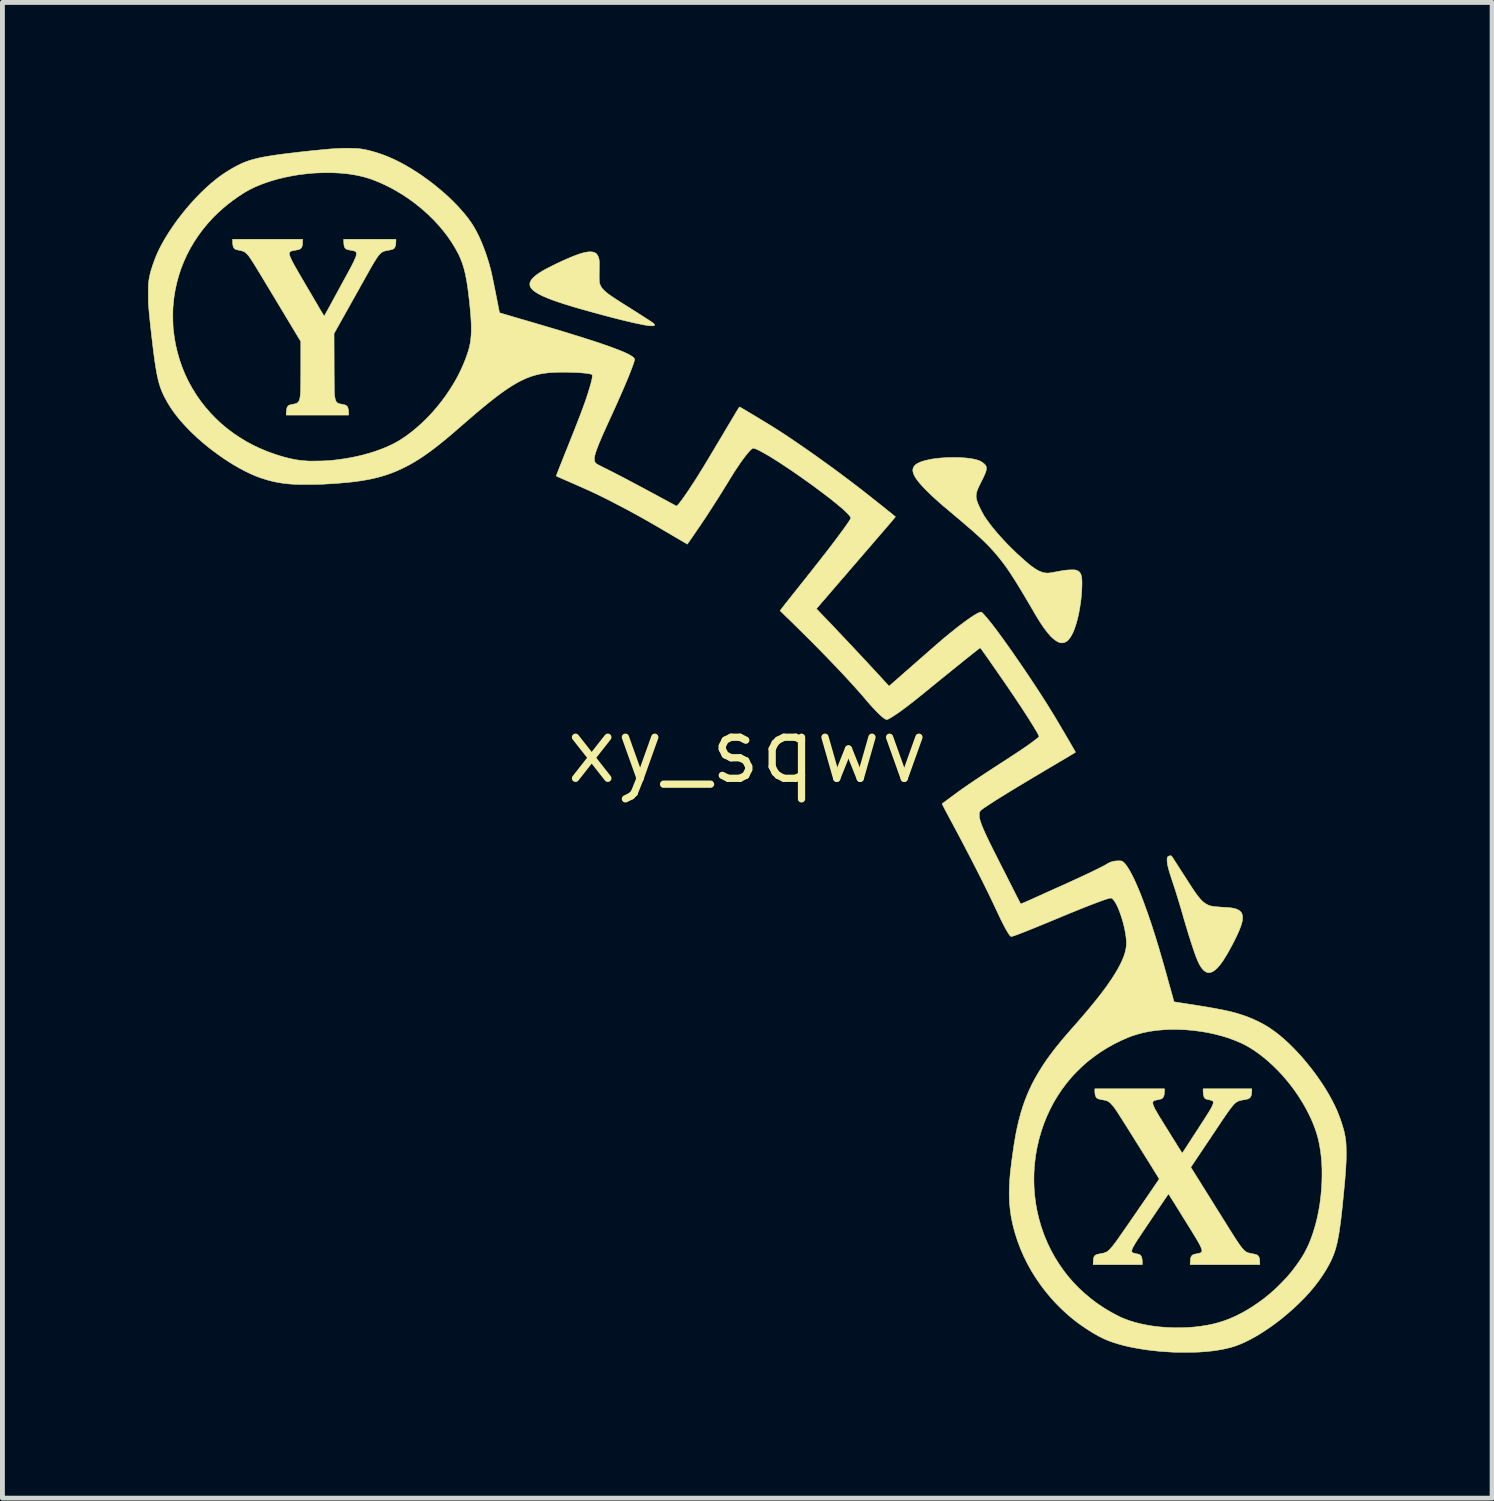
<source format=kicad_pcb>
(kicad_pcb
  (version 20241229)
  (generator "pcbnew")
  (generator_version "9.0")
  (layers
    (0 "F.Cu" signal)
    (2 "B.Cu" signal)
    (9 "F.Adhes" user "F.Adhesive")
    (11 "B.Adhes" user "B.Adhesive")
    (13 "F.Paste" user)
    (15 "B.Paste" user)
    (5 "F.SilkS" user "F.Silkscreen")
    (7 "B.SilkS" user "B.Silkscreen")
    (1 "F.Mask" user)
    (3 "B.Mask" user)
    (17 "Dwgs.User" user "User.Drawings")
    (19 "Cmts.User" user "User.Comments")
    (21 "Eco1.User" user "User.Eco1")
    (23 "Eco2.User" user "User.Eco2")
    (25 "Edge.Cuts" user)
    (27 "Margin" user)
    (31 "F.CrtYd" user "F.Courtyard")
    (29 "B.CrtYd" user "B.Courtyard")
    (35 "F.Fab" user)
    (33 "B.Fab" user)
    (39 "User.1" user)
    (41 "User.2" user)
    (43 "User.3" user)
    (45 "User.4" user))
  (footprint "xy_sqwv"
    (layer "F.Cu")
    (at 12.347 12.408)
    (property "Reference" "xy_sqwv" (at 0 0 0) (layer "F.SilkS") (effects (font (size 1.27 1.27) (thickness 0.15))))
    (attr through_hole)
    (fp_poly (pts (xy 8.732 2.176) (xy 8.744 2.183) (xy 8.756 2.198) (xy 8.76 2.204) (xy 8.808 2.279) (xy 8.855 2.351) (xy 8.899 2.42) (xy 8.941 2.486) (xy 8.981 2.548) (xy 9.018 2.605) (xy 9.052 2.658) (xy 9.083 2.706) (xy 9.11 2.748) (xy 9.134 2.785) (xy 9.154 2.816) (xy 9.17 2.841) (xy 9.182 2.858) (xy 9.182 2.859) (xy 9.222 2.917) (xy 9.258 2.968) (xy 9.291 3.012) (xy 9.323 3.051) (xy 9.352 3.084) (xy 9.38 3.112) (xy 9.408 3.136) (xy 9.435 3.156) (xy 9.462 3.172) (xy 9.466 3.175) (xy 9.485 3.184) (xy 9.503 3.193) (xy 9.522 3.2) (xy 9.542 3.207) (xy 9.564 3.212) (xy 9.589 3.217) (xy 9.617 3.221) (xy 9.649 3.225) (xy 9.687 3.228) (xy 9.731 3.231) (xy 9.781 3.235) (xy 9.839 3.238) (xy 9.849 3.238) (xy 9.911 3.243) (xy 9.965 3.248) (xy 10.012 3.256) (xy 10.053 3.265) (xy 10.088 3.277) (xy 10.118 3.291) (xy 10.143 3.307) (xy 10.165 3.327) (xy 10.172 3.334) (xy 10.188 3.356) (xy 10.198 3.382) (xy 10.205 3.413) (xy 10.207 3.451) (xy 10.207 3.451) (xy 10.206 3.479) (xy 10.203 3.507) (xy 10.197 3.536) (xy 10.189 3.569) (xy 10.177 3.606) (xy 10.175 3.614) (xy 10.156 3.667) (xy 10.132 3.725) (xy 10.104 3.789) (xy 10.071 3.858) (xy 10.034 3.934) (xy 9.991 4.017) (xy 9.981 4.035) (xy 9.937 4.116) (xy 9.895 4.191) (xy 9.855 4.257) (xy 9.818 4.317) (xy 9.782 4.37) (xy 9.748 4.416) (xy 9.715 4.456) (xy 9.684 4.49) (xy 9.654 4.518) (xy 9.624 4.542) (xy 9.595 4.56) (xy 9.582 4.567) (xy 9.552 4.578) (xy 9.521 4.583) (xy 9.493 4.583) (xy 9.475 4.579) (xy 9.445 4.565) (xy 9.415 4.544) (xy 9.387 4.517) (xy 9.359 4.481) (xy 9.331 4.438) (xy 9.304 4.387) (xy 9.276 4.327) (xy 9.276 4.326) (xy 9.262 4.291) (xy 9.245 4.248) (xy 9.227 4.198) (xy 9.207 4.142) (xy 9.186 4.08) (xy 9.164 4.013) (xy 9.141 3.942) (xy 9.117 3.867) (xy 9.092 3.789) (xy 9.068 3.708) (xy 9.043 3.625) (xy 9.018 3.541) (xy 8.993 3.456) (xy 8.988 3.437) (xy 8.947 3.295) (xy 8.906 3.158) (xy 8.866 3.028) (xy 8.827 2.901) (xy 8.786 2.776) (xy 8.75 2.667) (xy 8.73 2.605) (xy 8.712 2.55) (xy 8.697 2.501) (xy 8.685 2.459) (xy 8.675 2.42) (xy 8.667 2.386) (xy 8.66 2.355) (xy 8.656 2.327) (xy 8.653 2.3) (xy 8.652 2.275) (xy 8.652 2.263) (xy 8.652 2.236) (xy 8.656 2.216) (xy 8.663 2.201) (xy 8.673 2.19) (xy 8.689 2.182) (xy 8.7 2.178) (xy 8.718 2.174) (xy 8.732 2.176)) (stroke (width 0.01) (type solid)) (fill yes) (layer "F.SilkS"))
    (fp_poly (pts (xy -3.22 -10.269) (xy -3.182 -10.265) (xy -3.15 -10.256) (xy -3.123 -10.242) (xy -3.101 -10.222) (xy -3.083 -10.195) (xy -3.075 -10.18) (xy -3.067 -10.162) (xy -3.061 -10.145) (xy -3.056 -10.127) (xy -3.052 -10.108) (xy -3.05 -10.087) (xy -3.048 -10.062) (xy -3.047 -10.031) (xy -3.047 -9.995) (xy -3.048 -9.963) (xy -3.049 -9.904) (xy -3.049 -9.852) (xy -3.05 -9.808) (xy -3.05 -9.77) (xy -3.05 -9.738) (xy -3.05 -9.711) (xy -3.049 -9.689) (xy -3.048 -9.671) (xy -3.047 -9.657) (xy -3.046 -9.645) (xy -3.045 -9.636) (xy -3.043 -9.628) (xy -3.043 -9.627) (xy -3.031 -9.591) (xy -3.016 -9.559) (xy -2.997 -9.528) (xy -2.972 -9.498) (xy -2.948 -9.473) (xy -2.932 -9.458) (xy -2.915 -9.443) (xy -2.897 -9.428) (xy -2.877 -9.412) (xy -2.854 -9.394) (xy -2.827 -9.375) (xy -2.797 -9.354) (xy -2.763 -9.331) (xy -2.725 -9.306) (xy -2.68 -9.277) (xy -2.631 -9.245) (xy -2.575 -9.209) (xy -2.516 -9.172) (xy -2.437 -9.123) (xy -2.365 -9.077) (xy -2.3 -9.036) (xy -2.241 -8.998) (xy -2.188 -8.964) (xy -2.14 -8.934) (xy -2.099 -8.907) (xy -2.062 -8.884) (xy -2.03 -8.863) (xy -2.003 -8.845) (xy -1.981 -8.83) (xy -1.962 -8.817) (xy -1.948 -8.807) (xy -1.936 -8.799) (xy -1.928 -8.792) (xy -1.925 -8.789) (xy -1.914 -8.775) (xy -1.909 -8.763) (xy -1.913 -8.753) (xy -1.915 -8.751) (xy -1.924 -8.747) (xy -1.938 -8.745) (xy -1.958 -8.744) (xy -1.98 -8.744) (xy -2.004 -8.745) (xy -2.017 -8.746) (xy -2.057 -8.752) (xy -2.104 -8.759) (xy -2.159 -8.769) (xy -2.22 -8.782) (xy -2.288 -8.796) (xy -2.362 -8.812) (xy -2.442 -8.831) (xy -2.526 -8.851) (xy -2.616 -8.873) (xy -2.71 -8.897) (xy -2.808 -8.922) (xy -2.822 -8.926) (xy -2.966 -8.964) (xy -3.103 -9.001) (xy -3.231 -9.036) (xy -3.352 -9.07) (xy -3.466 -9.102) (xy -3.572 -9.133) (xy -3.671 -9.163) (xy -3.763 -9.192) (xy -3.849 -9.22) (xy -3.928 -9.246) (xy -4 -9.272) (xy -4.067 -9.297) (xy -4.128 -9.321) (xy -4.183 -9.345) (xy -4.233 -9.367) (xy -4.278 -9.39) (xy -4.317 -9.411) (xy -4.352 -9.433) (xy -4.382 -9.454) (xy -4.408 -9.474) (xy -4.429 -9.495) (xy -4.43 -9.495) (xy -4.45 -9.519) (xy -4.465 -9.54) (xy -4.474 -9.561) (xy -4.478 -9.583) (xy -4.479 -9.601) (xy -4.478 -9.62) (xy -4.476 -9.634) (xy -4.471 -9.648) (xy -4.464 -9.663) (xy -4.446 -9.694) (xy -4.419 -9.726) (xy -4.384 -9.76) (xy -4.341 -9.795) (xy -4.289 -9.831) (xy -4.229 -9.869) (xy -4.195 -9.889) (xy -4.17 -9.903) (xy -4.138 -9.92) (xy -4.1 -9.939) (xy -4.059 -9.96) (xy -4.016 -9.982) (xy -3.97 -10.005) (xy -3.925 -10.027) (xy -3.881 -10.048) (xy -3.839 -10.067) (xy -3.802 -10.085) (xy -3.722 -10.12) (xy -3.648 -10.152) (xy -3.582 -10.179) (xy -3.521 -10.202) (xy -3.466 -10.222) (xy -3.415 -10.238) (xy -3.369 -10.251) (xy -3.328 -10.26) (xy -3.29 -10.266) (xy -3.255 -10.269) (xy -3.222 -10.269) (xy -3.22 -10.269)) (stroke (width 0.01) (type solid)) (fill yes) (layer "F.SilkS"))
    (fp_poly (pts (xy 4.368 -6.03) (xy 4.446 -6.026) (xy 4.519 -6.02) (xy 4.587 -6.012) (xy 4.648 -6.002) (xy 4.703 -5.99) (xy 4.751 -5.976) (xy 4.792 -5.961) (xy 4.803 -5.955) (xy 4.833 -5.938) (xy 4.861 -5.919) (xy 4.886 -5.898) (xy 4.906 -5.877) (xy 4.919 -5.857) (xy 4.921 -5.852) (xy 4.925 -5.838) (xy 4.927 -5.819) (xy 4.928 -5.806) (xy 4.927 -5.791) (xy 4.925 -5.776) (xy 4.922 -5.76) (xy 4.917 -5.742) (xy 4.91 -5.722) (xy 4.901 -5.698) (xy 4.889 -5.671) (xy 4.875 -5.639) (xy 4.857 -5.601) (xy 4.835 -5.558) (xy 4.81 -5.508) (xy 4.808 -5.503) (xy 4.782 -5.451) (xy 4.761 -5.405) (xy 4.744 -5.364) (xy 4.731 -5.327) (xy 4.723 -5.293) (xy 4.718 -5.262) (xy 4.717 -5.231) (xy 4.719 -5.2) (xy 4.726 -5.168) (xy 4.735 -5.134) (xy 4.748 -5.098) (xy 4.755 -5.081) (xy 4.767 -5.052) (xy 4.783 -5.017) (xy 4.801 -4.979) (xy 4.821 -4.94) (xy 4.841 -4.901) (xy 4.862 -4.864) (xy 4.88 -4.831) (xy 4.897 -4.805) (xy 4.946 -4.734) (xy 5.001 -4.659) (xy 5.062 -4.581) (xy 5.128 -4.501) (xy 5.199 -4.419) (xy 5.273 -4.338) (xy 5.35 -4.256) (xy 5.429 -4.176) (xy 5.509 -4.098) (xy 5.556 -4.053) (xy 5.617 -3.998) (xy 5.672 -3.948) (xy 5.723 -3.903) (xy 5.769 -3.863) (xy 5.811 -3.828) (xy 5.85 -3.797) (xy 5.886 -3.771) (xy 5.92 -3.747) (xy 5.951 -3.727) (xy 5.982 -3.709) (xy 6.011 -3.694) (xy 6.017 -3.691) (xy 6.057 -3.674) (xy 6.094 -3.662) (xy 6.13 -3.654) (xy 6.166 -3.651) (xy 6.178 -3.65) (xy 6.189 -3.65) (xy 6.201 -3.65) (xy 6.213 -3.651) (xy 6.227 -3.652) (xy 6.244 -3.655) (xy 6.265 -3.658) (xy 6.291 -3.662) (xy 6.322 -3.668) (xy 6.361 -3.675) (xy 6.378 -3.678) (xy 6.409 -3.684) (xy 6.443 -3.69) (xy 6.475 -3.696) (xy 6.504 -3.7) (xy 6.528 -3.704) (xy 6.53 -3.704) (xy 6.561 -3.709) (xy 6.595 -3.712) (xy 6.63 -3.714) (xy 6.665 -3.716) (xy 6.697 -3.716) (xy 6.726 -3.716) (xy 6.749 -3.715) (xy 6.762 -3.713) (xy 6.796 -3.703) (xy 6.824 -3.689) (xy 6.847 -3.67) (xy 6.865 -3.645) (xy 6.879 -3.613) (xy 6.89 -3.573) (xy 6.89 -3.57) (xy 6.894 -3.545) (xy 6.896 -3.513) (xy 6.898 -3.475) (xy 6.898 -3.432) (xy 6.897 -3.384) (xy 6.895 -3.334) (xy 6.893 -3.281) (xy 6.889 -3.227) (xy 6.885 -3.174) (xy 6.879 -3.122) (xy 6.875 -3.083) (xy 6.86 -2.981) (xy 6.844 -2.883) (xy 6.826 -2.791) (xy 6.806 -2.705) (xy 6.784 -2.625) (xy 6.761 -2.551) (xy 6.737 -2.483) (xy 6.712 -2.423) (xy 6.685 -2.37) (xy 6.657 -2.324) (xy 6.629 -2.286) (xy 6.599 -2.256) (xy 6.594 -2.251) (xy 6.562 -2.231) (xy 6.528 -2.217) (xy 6.492 -2.211) (xy 6.456 -2.213) (xy 6.452 -2.214) (xy 6.423 -2.223) (xy 6.392 -2.238) (xy 6.358 -2.259) (xy 6.324 -2.284) (xy 6.289 -2.313) (xy 6.256 -2.345) (xy 6.241 -2.361) (xy 6.21 -2.397) (xy 6.18 -2.433) (xy 6.151 -2.471) (xy 6.121 -2.511) (xy 6.09 -2.554) (xy 6.059 -2.601) (xy 6.026 -2.652) (xy 5.991 -2.708) (xy 5.953 -2.77) (xy 5.912 -2.839) (xy 5.891 -2.877) (xy 5.829 -2.982) (xy 5.771 -3.08) (xy 5.717 -3.172) (xy 5.666 -3.257) (xy 5.618 -3.337) (xy 5.573 -3.411) (xy 5.53 -3.48) (xy 5.489 -3.544) (xy 5.45 -3.605) (xy 5.413 -3.661) (xy 5.377 -3.714) (xy 5.342 -3.765) (xy 5.308 -3.812) (xy 5.274 -3.858) (xy 5.24 -3.901) (xy 5.207 -3.944) (xy 5.173 -3.985) (xy 5.139 -4.026) (xy 5.12 -4.049) (xy 5.086 -4.088) (xy 5.052 -4.126) (xy 5.017 -4.164) (xy 4.981 -4.202) (xy 4.944 -4.24) (xy 4.905 -4.279) (xy 4.864 -4.319) (xy 4.819 -4.361) (xy 4.772 -4.405) (xy 4.721 -4.451) (xy 4.667 -4.5) (xy 4.607 -4.552) (xy 4.543 -4.607) (xy 4.474 -4.666) (xy 4.4 -4.73) (xy 4.319 -4.798) (xy 4.269 -4.839) (xy 4.204 -4.895) (xy 4.144 -4.945) (xy 4.09 -4.991) (xy 4.04 -5.033) (xy 3.995 -5.072) (xy 3.953 -5.109) (xy 3.915 -5.143) (xy 3.879 -5.175) (xy 3.845 -5.206) (xy 3.812 -5.236) (xy 3.781 -5.266) (xy 3.749 -5.297) (xy 3.717 -5.328) (xy 3.715 -5.33) (xy 3.654 -5.391) (xy 3.6 -5.449) (xy 3.553 -5.502) (xy 3.513 -5.552) (xy 3.479 -5.598) (xy 3.453 -5.641) (xy 3.433 -5.681) (xy 3.42 -5.718) (xy 3.413 -5.751) (xy 3.413 -5.783) (xy 3.419 -5.812) (xy 3.431 -5.838) (xy 3.449 -5.863) (xy 3.464 -5.878) (xy 3.493 -5.9) (xy 3.53 -5.92) (xy 3.574 -5.939) (xy 3.625 -5.957) (xy 3.683 -5.973) (xy 3.747 -5.987) (xy 3.816 -6) (xy 3.89 -6.01) (xy 3.969 -6.019) (xy 4.052 -6.025) (xy 4.139 -6.03) (xy 4.199 -6.031) (xy 4.286 -6.032) (xy 4.368 -6.03)) (stroke (width 0.01) (type solid)) (fill yes) (layer "F.SilkS"))
    (fp_poly (pts (xy -9.162 -10.466) (xy -9.164 -10.432) (xy -9.167 -10.405) (xy -9.172 -10.383) (xy -9.179 -10.366) (xy -9.189 -10.351) (xy -9.198 -10.341) (xy -9.209 -10.331) (xy -9.221 -10.324) (xy -9.235 -10.318) (xy -9.253 -10.313) (xy -9.276 -10.308) (xy -9.299 -10.304) (xy -9.322 -10.3) (xy -9.343 -10.296) (xy -9.361 -10.293) (xy -9.372 -10.29) (xy -9.372 -10.29) (xy -9.395 -10.284) (xy -9.412 -10.275) (xy -9.425 -10.265) (xy -9.433 -10.251) (xy -9.435 -10.234) (xy -9.433 -10.213) (xy -9.426 -10.187) (xy -9.414 -10.156) (xy -9.397 -10.119) (xy -9.383 -10.088) (xy -9.374 -10.072) (xy -9.366 -10.056) (xy -9.357 -10.038) (xy -9.347 -10.02) (xy -9.336 -9.999) (xy -9.323 -9.977) (xy -9.309 -9.951) (xy -9.292 -9.922) (xy -9.273 -9.889) (xy -9.251 -9.851) (xy -9.227 -9.809) (xy -9.199 -9.761) (xy -9.167 -9.707) (xy -9.132 -9.647) (xy -9.108 -9.605) (xy -9.079 -9.556) (xy -9.047 -9.502) (xy -9.013 -9.444) (xy -8.978 -9.385) (xy -8.944 -9.326) (xy -8.911 -9.269) (xy -8.879 -9.216) (xy -8.851 -9.168) (xy -8.845 -9.158) (xy -8.823 -9.119) (xy -8.801 -9.082) (xy -8.781 -9.049) (xy -8.763 -9.019) (xy -8.747 -8.993) (xy -8.734 -8.972) (xy -8.724 -8.956) (xy -8.718 -8.947) (xy -8.716 -8.944) (xy -8.713 -8.948) (xy -8.707 -8.959) (xy -8.698 -8.977) (xy -8.685 -9) (xy -8.669 -9.029) (xy -8.651 -9.062) (xy -8.63 -9.1) (xy -8.607 -9.141) (xy -8.583 -9.186) (xy -8.557 -9.234) (xy -8.53 -9.284) (xy -8.502 -9.335) (xy -8.473 -9.388) (xy -8.444 -9.441) (xy -8.415 -9.494) (xy -8.386 -9.547) (xy -8.358 -9.6) (xy -8.33 -9.65) (xy -8.304 -9.699) (xy -8.278 -9.745) (xy -8.255 -9.788) (xy -8.233 -9.828) (xy -8.214 -9.864) (xy -8.197 -9.895) (xy -8.183 -9.921) (xy -8.172 -9.941) (xy -8.165 -9.955) (xy -8.164 -9.956) (xy -8.136 -10.011) (xy -8.111 -10.06) (xy -8.092 -10.102) (xy -8.076 -10.139) (xy -8.064 -10.17) (xy -8.057 -10.197) (xy -8.053 -10.218) (xy -8.052 -10.231) (xy -8.052 -10.245) (xy -8.055 -10.255) (xy -8.062 -10.264) (xy -8.066 -10.268) (xy -8.073 -10.274) (xy -8.08 -10.279) (xy -8.09 -10.284) (xy -8.102 -10.288) (xy -8.119 -10.292) (xy -8.142 -10.296) (xy -8.172 -10.302) (xy -8.175 -10.302) (xy -8.207 -10.308) (xy -8.232 -10.314) (xy -8.251 -10.321) (xy -8.266 -10.328) (xy -8.277 -10.337) (xy -8.285 -10.346) (xy -8.294 -10.359) (xy -8.301 -10.374) (xy -8.306 -10.392) (xy -8.31 -10.416) (xy -8.312 -10.445) (xy -8.313 -10.466) (xy -8.315 -10.528) (xy -7.239 -10.528) (xy -7.239 -10.491) (xy -7.241 -10.445) (xy -7.246 -10.407) (xy -7.255 -10.375) (xy -7.267 -10.352) (xy -7.276 -10.341) (xy -7.288 -10.331) (xy -7.303 -10.323) (xy -7.323 -10.316) (xy -7.348 -10.31) (xy -7.38 -10.304) (xy -7.39 -10.302) (xy -7.414 -10.297) (xy -7.439 -10.292) (xy -7.46 -10.288) (xy -7.476 -10.283) (xy -7.479 -10.282) (xy -7.497 -10.276) (xy -7.514 -10.267) (xy -7.531 -10.257) (xy -7.548 -10.244) (xy -7.565 -10.228) (xy -7.582 -10.209) (xy -7.601 -10.186) (xy -7.622 -10.158) (xy -7.643 -10.126) (xy -7.667 -10.088) (xy -7.694 -10.045) (xy -7.723 -9.996) (xy -7.755 -9.94) (xy -7.79 -9.878) (xy -7.803 -9.855) (xy -7.813 -9.837) (xy -7.827 -9.812) (xy -7.845 -9.78) (xy -7.866 -9.743) (xy -7.889 -9.701) (xy -7.916 -9.653) (xy -7.945 -9.602) (xy -7.976 -9.546) (xy -8.008 -9.488) (xy -8.043 -9.427) (xy -8.078 -9.363) (xy -8.115 -9.298) (xy -8.152 -9.232) (xy -8.189 -9.165) (xy -8.193 -9.158) (xy -8.514 -8.585) (xy -8.512 -7.983) (xy -8.512 -7.882) (xy -8.511 -7.79) (xy -8.511 -7.706) (xy -8.51 -7.63) (xy -8.51 -7.563) (xy -8.509 -7.505) (xy -8.509 -7.455) (xy -8.508 -7.413) (xy -8.507 -7.38) (xy -8.507 -7.355) (xy -8.506 -7.339) (xy -8.505 -7.334) (xy -8.5 -7.289) (xy -8.493 -7.251) (xy -8.485 -7.22) (xy -8.476 -7.196) (xy -8.465 -7.177) (xy -8.459 -7.17) (xy -8.45 -7.161) (xy -8.439 -7.154) (xy -8.427 -7.147) (xy -8.411 -7.142) (xy -8.39 -7.136) (xy -8.364 -7.131) (xy -8.333 -7.125) (xy -8.302 -7.118) (xy -8.278 -7.11) (xy -8.259 -7.1) (xy -8.245 -7.087) (xy -8.234 -7.069) (xy -8.23 -7.061) (xy -8.225 -7.044) (xy -8.22 -7.021) (xy -8.216 -6.994) (xy -8.214 -6.965) (xy -8.213 -6.936) (xy -8.213 -6.935) (xy -8.213 -6.905) (xy -9.5 -6.905) (xy -9.499 -6.916) (xy -9.499 -6.937) (xy -9.497 -6.96) (xy -9.495 -6.985) (xy -9.492 -7.008) (xy -9.49 -7.029) (xy -9.487 -7.045) (xy -9.485 -7.052) (xy -9.473 -7.078) (xy -9.456 -7.097) (xy -9.441 -7.107) (xy -9.431 -7.111) (xy -9.415 -7.116) (xy -9.394 -7.121) (xy -9.372 -7.126) (xy -9.366 -7.127) (xy -9.343 -7.132) (xy -9.321 -7.137) (xy -9.302 -7.142) (xy -9.289 -7.146) (xy -9.287 -7.147) (xy -9.265 -7.159) (xy -9.248 -7.177) (xy -9.234 -7.201) (xy -9.223 -7.232) (xy -9.215 -7.27) (xy -9.214 -7.277) (xy -9.212 -7.293) (xy -9.21 -7.311) (xy -9.208 -7.331) (xy -9.206 -7.354) (xy -9.205 -7.38) (xy -9.204 -7.41) (xy -9.203 -7.444) (xy -9.202 -7.483) (xy -9.201 -7.526) (xy -9.2 -7.575) (xy -9.2 -7.63) (xy -9.2 -7.692) (xy -9.199 -7.76) (xy -9.199 -7.836) (xy -9.199 -7.92) (xy -9.199 -7.952) (xy -9.199 -8.421) (xy -9.572 -9.042) (xy -9.636 -9.148) (xy -9.696 -9.248) (xy -9.752 -9.341) (xy -9.805 -9.428) (xy -9.853 -9.508) (xy -9.898 -9.582) (xy -9.939 -9.651) (xy -9.977 -9.714) (xy -10.012 -9.772) (xy -10.044 -9.825) (xy -10.074 -9.873) (xy -10.1 -9.917) (xy -10.124 -9.956) (xy -10.146 -9.992) (xy -10.166 -10.024) (xy -10.184 -10.052) (xy -10.2 -10.077) (xy -10.214 -10.1) (xy -10.227 -10.119) (xy -10.239 -10.136) (xy -10.249 -10.151) (xy -10.258 -10.164) (xy -10.266 -10.176) (xy -10.274 -10.185) (xy -10.281 -10.194) (xy -10.288 -10.202) (xy -10.294 -10.209) (xy -10.301 -10.216) (xy -10.307 -10.223) (xy -10.314 -10.229) (xy -10.314 -10.23) (xy -10.334 -10.248) (xy -10.352 -10.262) (xy -10.372 -10.274) (xy -10.395 -10.283) (xy -10.423 -10.291) (xy -10.457 -10.299) (xy -10.463 -10.3) (xy -10.486 -10.305) (xy -10.508 -10.31) (xy -10.526 -10.314) (xy -10.539 -10.318) (xy -10.542 -10.319) (xy -10.561 -10.331) (xy -10.577 -10.348) (xy -10.589 -10.371) (xy -10.597 -10.399) (xy -10.602 -10.435) (xy -10.604 -10.477) (xy -10.604 -10.485) (xy -10.605 -10.528) (xy -9.16 -10.528) (xy -9.162 -10.466)) (stroke (width 0.01) (type solid)) (fill yes) (layer "F.SilkS"))
    (fp_poly (pts (xy 8.597 7.033) (xy 8.595 7.066) (xy 8.592 7.092) (xy 8.588 7.113) (xy 8.583 7.131) (xy 8.576 7.145) (xy 8.571 7.153) (xy 8.56 7.167) (xy 8.546 7.178) (xy 8.527 7.187) (xy 8.504 7.194) (xy 8.473 7.201) (xy 8.441 7.207) (xy 8.416 7.213) (xy 8.397 7.218) (xy 8.383 7.224) (xy 8.373 7.231) (xy 8.368 7.235) (xy 8.361 7.243) (xy 8.358 7.25) (xy 8.357 7.259) (xy 8.358 7.274) (xy 8.358 7.274) (xy 8.36 7.29) (xy 8.365 7.309) (xy 8.373 7.33) (xy 8.384 7.355) (xy 8.398 7.385) (xy 8.416 7.419) (xy 8.439 7.458) (xy 8.465 7.503) (xy 8.489 7.544) (xy 8.496 7.556) (xy 8.507 7.574) (xy 8.522 7.597) (xy 8.539 7.625) (xy 8.559 7.657) (xy 8.581 7.693) (xy 8.605 7.732) (xy 8.631 7.773) (xy 8.658 7.816) (xy 8.686 7.861) (xy 8.714 7.906) (xy 8.742 7.952) (xy 8.77 7.997) (xy 8.798 8.041) (xy 8.825 8.084) (xy 8.85 8.125) (xy 8.873 8.162) (xy 8.895 8.197) (xy 8.914 8.227) (xy 8.931 8.254) (xy 8.944 8.275) (xy 8.954 8.29) (xy 8.96 8.3) (xy 8.962 8.303) (xy 8.964 8.3) (xy 8.971 8.291) (xy 8.982 8.276) (xy 8.995 8.256) (xy 9.011 8.232) (xy 9.03 8.204) (xy 9.05 8.174) (xy 9.059 8.159) (xy 9.08 8.127) (xy 9.104 8.089) (xy 9.132 8.047) (xy 9.161 8.001) (xy 9.192 7.953) (xy 9.224 7.905) (xy 9.255 7.857) (xy 9.285 7.811) (xy 9.299 7.789) (xy 9.34 7.725) (xy 9.378 7.667) (xy 9.411 7.615) (xy 9.441 7.569) (xy 9.466 7.529) (xy 9.489 7.493) (xy 9.509 7.461) (xy 9.526 7.433) (xy 9.54 7.409) (xy 9.552 7.388) (xy 9.563 7.369) (xy 9.572 7.352) (xy 9.579 7.337) (xy 9.586 7.323) (xy 9.587 7.32) (xy 9.598 7.291) (xy 9.603 7.268) (xy 9.603 7.25) (xy 9.597 7.236) (xy 9.586 7.225) (xy 9.58 7.222) (xy 9.57 7.218) (xy 9.554 7.213) (xy 9.534 7.208) (xy 9.513 7.203) (xy 9.512 7.203) (xy 9.486 7.197) (xy 9.467 7.192) (xy 9.453 7.187) (xy 9.442 7.182) (xy 9.434 7.176) (xy 9.429 7.171) (xy 9.416 7.152) (xy 9.406 7.125) (xy 9.399 7.091) (xy 9.395 7.05) (xy 9.394 7.011) (xy 9.394 6.977) (xy 10.397 6.977) (xy 10.397 7.003) (xy 10.396 7.031) (xy 10.394 7.06) (xy 10.39 7.086) (xy 10.386 7.11) (xy 10.381 7.127) (xy 10.38 7.129) (xy 10.365 7.154) (xy 10.343 7.174) (xy 10.325 7.183) (xy 10.315 7.187) (xy 10.298 7.191) (xy 10.276 7.196) (xy 10.251 7.201) (xy 10.229 7.205) (xy 10.189 7.212) (xy 10.156 7.219) (xy 10.129 7.228) (xy 10.105 7.238) (xy 10.083 7.251) (xy 10.062 7.266) (xy 10.041 7.286) (xy 10.031 7.296) (xy 10.012 7.316) (xy 9.989 7.344) (xy 9.962 7.379) (xy 9.931 7.42) (xy 9.896 7.469) (xy 9.858 7.523) (xy 9.816 7.585) (xy 9.77 7.652) (xy 9.722 7.726) (xy 9.721 7.726) (xy 9.712 7.741) (xy 9.698 7.762) (xy 9.679 7.789) (xy 9.658 7.821) (xy 9.633 7.858) (xy 9.605 7.9) (xy 9.575 7.944) (xy 9.544 7.992) (xy 9.51 8.042) (xy 9.475 8.094) (xy 9.439 8.148) (xy 9.403 8.201) (xy 9.14 8.594) (xy 9.552 9.253) (xy 9.606 9.34) (xy 9.656 9.42) (xy 9.702 9.494) (xy 9.745 9.561) (xy 9.783 9.623) (xy 9.818 9.679) (xy 9.85 9.729) (xy 9.878 9.775) (xy 9.904 9.816) (xy 9.927 9.853) (xy 9.947 9.886) (xy 9.966 9.915) (xy 9.982 9.94) (xy 9.996 9.963) (xy 10.009 9.983) (xy 10.02 10) (xy 10.029 10.016) (xy 10.038 10.029) (xy 10.046 10.041) (xy 10.053 10.052) (xy 10.06 10.063) (xy 10.066 10.072) (xy 10.072 10.082) (xy 10.079 10.091) (xy 10.085 10.101) (xy 10.092 10.112) (xy 10.099 10.122) (xy 10.127 10.163) (xy 10.151 10.198) (xy 10.172 10.227) (xy 10.191 10.252) (xy 10.209 10.273) (xy 10.227 10.292) (xy 10.242 10.307) (xy 10.258 10.321) (xy 10.273 10.332) (xy 10.289 10.342) (xy 10.307 10.35) (xy 10.328 10.358) (xy 10.354 10.364) (xy 10.385 10.371) (xy 10.423 10.378) (xy 10.444 10.382) (xy 10.476 10.39) (xy 10.502 10.4) (xy 10.523 10.414) (xy 10.539 10.433) (xy 10.55 10.458) (xy 10.557 10.488) (xy 10.561 10.525) (xy 10.562 10.559) (xy 10.562 10.6) (xy 9.126 10.6) (xy 9.129 10.544) (xy 9.132 10.507) (xy 9.135 10.477) (xy 9.141 10.454) (xy 9.148 10.435) (xy 9.158 10.42) (xy 9.17 10.408) (xy 9.178 10.402) (xy 9.186 10.397) (xy 9.195 10.393) (xy 9.207 10.389) (xy 9.223 10.385) (xy 9.246 10.38) (xy 9.265 10.376) (xy 9.295 10.37) (xy 9.319 10.364) (xy 9.336 10.359) (xy 9.348 10.353) (xy 9.357 10.347) (xy 9.362 10.34) (xy 9.368 10.328) (xy 9.37 10.314) (xy 9.367 10.296) (xy 9.361 10.274) (xy 9.351 10.247) (xy 9.336 10.214) (xy 9.326 10.194) (xy 9.318 10.179) (xy 9.31 10.164) (xy 9.301 10.147) (xy 9.291 10.129) (xy 9.279 10.109) (xy 9.266 10.086) (xy 9.251 10.061) (xy 9.234 10.032) (xy 9.214 10) (xy 9.191 9.963) (xy 9.166 9.921) (xy 9.137 9.874) (xy 9.104 9.822) (xy 9.068 9.763) (xy 9.028 9.698) (xy 9.012 9.673) (xy 8.981 9.624) (xy 8.95 9.574) (xy 8.92 9.524) (xy 8.89 9.476) (xy 8.861 9.43) (xy 8.834 9.387) (xy 8.81 9.347) (xy 8.788 9.312) (xy 8.769 9.283) (xy 8.755 9.259) (xy 8.752 9.256) (xy 8.681 9.141) (xy 8.632 9.213) (xy 8.561 9.317) (xy 8.495 9.415) (xy 8.434 9.505) (xy 8.377 9.589) (xy 8.324 9.667) (xy 8.276 9.739) (xy 8.232 9.804) (xy 8.192 9.864) (xy 8.155 9.918) (xy 8.123 9.966) (xy 8.095 10.009) (xy 8.07 10.047) (xy 8.048 10.079) (xy 8.03 10.107) (xy 8.016 10.129) (xy 8.004 10.148) (xy 8 10.154) (xy 7.976 10.195) (xy 7.957 10.229) (xy 7.942 10.257) (xy 7.932 10.281) (xy 7.926 10.301) (xy 7.924 10.317) (xy 7.925 10.33) (xy 7.927 10.336) (xy 7.931 10.344) (xy 7.939 10.352) (xy 7.949 10.358) (xy 7.965 10.363) (xy 7.986 10.369) (xy 8.015 10.375) (xy 8.02 10.376) (xy 8.05 10.383) (xy 8.073 10.39) (xy 8.089 10.396) (xy 8.094 10.399) (xy 8.11 10.414) (xy 8.123 10.436) (xy 8.132 10.464) (xy 8.138 10.5) (xy 8.14 10.544) (xy 8.141 10.557) (xy 8.141 10.6) (xy 7.128 10.6) (xy 7.13 10.54) (xy 7.132 10.505) (xy 7.135 10.478) (xy 7.14 10.456) (xy 7.147 10.439) (xy 7.155 10.425) (xy 7.159 10.42) (xy 7.169 10.411) (xy 7.179 10.403) (xy 7.192 10.396) (xy 7.209 10.39) (xy 7.23 10.385) (xy 7.258 10.379) (xy 7.275 10.376) (xy 7.311 10.369) (xy 7.34 10.363) (xy 7.363 10.356) (xy 7.383 10.349) (xy 7.4 10.342) (xy 7.411 10.336) (xy 7.431 10.322) (xy 7.453 10.303) (xy 7.477 10.279) (xy 7.504 10.248) (xy 7.535 10.211) (xy 7.568 10.168) (xy 7.606 10.118) (xy 7.633 10.08) (xy 7.648 10.059) (xy 7.666 10.033) (xy 7.687 10.003) (xy 7.712 9.967) (xy 7.739 9.928) (xy 7.769 9.885) (xy 7.802 9.838) (xy 7.836 9.789) (xy 7.872 9.737) (xy 7.909 9.683) (xy 7.947 9.628) (xy 7.986 9.571) (xy 8.026 9.514) (xy 8.065 9.456) (xy 8.105 9.399) (xy 8.144 9.341) (xy 8.183 9.285) (xy 8.22 9.231) (xy 8.257 9.178) (xy 8.291 9.127) (xy 8.324 9.079) (xy 8.355 9.034) (xy 8.383 8.992) (xy 8.409 8.955) (xy 8.432 8.921) (xy 8.451 8.893) (xy 8.467 8.87) (xy 8.479 8.852) (xy 8.486 8.84) (xy 8.489 8.835) (xy 8.489 8.835) (xy 8.487 8.831) (xy 8.481 8.82) (xy 8.47 8.803) (xy 8.456 8.78) (xy 8.439 8.751) (xy 8.418 8.718) (xy 8.394 8.68) (xy 8.368 8.638) (xy 8.34 8.592) (xy 8.309 8.542) (xy 8.277 8.49) (xy 8.243 8.436) (xy 8.207 8.379) (xy 8.171 8.321) (xy 8.134 8.262) (xy 8.097 8.202) (xy 8.059 8.142) (xy 8.021 8.082) (xy 7.984 8.022) (xy 7.948 7.964) (xy 7.912 7.907) (xy 7.877 7.852) (xy 7.844 7.799) (xy 7.813 7.749) (xy 7.783 7.702) (xy 7.756 7.659) (xy 7.731 7.62) (xy 7.709 7.585) (xy 7.69 7.555) (xy 7.674 7.53) (xy 7.671 7.526) (xy 7.636 7.471) (xy 7.604 7.423) (xy 7.575 7.381) (xy 7.548 7.346) (xy 7.524 7.316) (xy 7.502 7.291) (xy 7.481 7.27) (xy 7.461 7.253) (xy 7.441 7.24) (xy 7.421 7.229) (xy 7.401 7.221) (xy 7.398 7.221) (xy 7.386 7.217) (xy 7.368 7.213) (xy 7.346 7.209) (xy 7.322 7.204) (xy 7.313 7.203) (xy 7.279 7.196) (xy 7.253 7.19) (xy 7.232 7.183) (xy 7.216 7.176) (xy 7.204 7.167) (xy 7.2 7.164) (xy 7.186 7.145) (xy 7.175 7.118) (xy 7.167 7.085) (xy 7.163 7.044) (xy 7.163 7.018) (xy 7.163 6.977) (xy 8.599 6.977) (xy 8.597 7.033)) (stroke (width 0.01) (type solid)) (fill yes) (layer "F.SilkS"))
    (fp_poly (pts (xy -8.194 -12.403) (xy -8.183 -12.402) (xy -8.133 -12.401) (xy -8.09 -12.4) (xy -8.053 -12.398) (xy -8.019 -12.396) (xy -7.987 -12.393) (xy -7.956 -12.389) (xy -7.924 -12.384) (xy -7.89 -12.378) (xy -7.878 -12.376) (xy -7.811 -12.361) (xy -7.739 -12.343) (xy -7.663 -12.321) (xy -7.584 -12.296) (xy -7.506 -12.269) (xy -7.43 -12.24) (xy -7.37 -12.215) (xy -7.261 -12.166) (xy -7.149 -12.11) (xy -7.037 -12.049) (xy -6.925 -11.983) (xy -6.812 -11.912) (xy -6.7 -11.837) (xy -6.59 -11.758) (xy -6.481 -11.676) (xy -6.375 -11.591) (xy -6.272 -11.504) (xy -6.173 -11.416) (xy -6.079 -11.326) (xy -5.989 -11.235) (xy -5.905 -11.144) (xy -5.827 -11.054) (xy -5.755 -10.964) (xy -5.691 -10.875) (xy -5.663 -10.833) (xy -5.616 -10.755) (xy -5.57 -10.67) (xy -5.524 -10.578) (xy -5.48 -10.479) (xy -5.438 -10.376) (xy -5.398 -10.268) (xy -5.36 -10.156) (xy -5.324 -10.041) (xy -5.292 -9.924) (xy -5.283 -9.891) (xy -5.277 -9.866) (xy -5.27 -9.834) (xy -5.261 -9.794) (xy -5.251 -9.747) (xy -5.24 -9.693) (xy -5.227 -9.632) (xy -5.214 -9.566) (xy -5.199 -9.494) (xy -5.184 -9.417) (xy -5.168 -9.336) (xy -5.151 -9.25) (xy -5.133 -9.16) (xy -5.127 -9.125) (xy -5.121 -9.096) (xy -5.116 -9.07) (xy -5.111 -9.047) (xy -5.107 -9.029) (xy -5.105 -9.018) (xy -5.104 -9.014) (xy -5.099 -9.012) (xy -5.088 -9.009) (xy -5.069 -9.003) (xy -5.043 -8.995) (xy -5.012 -8.986) (xy -4.975 -8.975) (xy -4.933 -8.963) (xy -4.886 -8.949) (xy -4.836 -8.934) (xy -4.782 -8.918) (xy -4.726 -8.902) (xy -4.667 -8.884) (xy -4.662 -8.883) (xy -4.559 -8.853) (xy -4.463 -8.825) (xy -4.374 -8.799) (xy -4.292 -8.774) (xy -4.215 -8.752) (xy -4.145 -8.731) (xy -4.079 -8.712) (xy -4.018 -8.693) (xy -3.96 -8.676) (xy -3.906 -8.66) (xy -3.855 -8.645) (xy -3.807 -8.63) (xy -3.76 -8.616) (xy -3.714 -8.602) (xy -3.693 -8.595) (xy -3.554 -8.552) (xy -3.423 -8.512) (xy -3.299 -8.472) (xy -3.184 -8.435) (xy -3.077 -8.4) (xy -2.977 -8.366) (xy -2.885 -8.334) (xy -2.8 -8.304) (xy -2.723 -8.275) (xy -2.653 -8.248) (xy -2.59 -8.223) (xy -2.534 -8.199) (xy -2.485 -8.177) (xy -2.443 -8.156) (xy -2.407 -8.136) (xy -2.378 -8.118) (xy -2.356 -8.101) (xy -2.347 -8.093) (xy -2.333 -8.079) (xy -2.325 -8.067) (xy -2.322 -8.054) (xy -2.323 -8.039) (xy -2.328 -8.018) (xy -2.328 -8.018) (xy -2.337 -7.988) (xy -2.349 -7.951) (xy -2.365 -7.907) (xy -2.384 -7.856) (xy -2.406 -7.799) (xy -2.431 -7.735) (xy -2.459 -7.666) (xy -2.49 -7.592) (xy -2.524 -7.512) (xy -2.56 -7.428) (xy -2.599 -7.339) (xy -2.64 -7.246) (xy -2.683 -7.149) (xy -2.728 -7.049) (xy -2.775 -6.945) (xy -2.802 -6.886) (xy -2.844 -6.795) (xy -2.882 -6.711) (xy -2.916 -6.635) (xy -2.948 -6.565) (xy -2.976 -6.501) (xy -3.002 -6.443) (xy -3.024 -6.39) (xy -3.045 -6.341) (xy -3.063 -6.298) (xy -3.078 -6.258) (xy -3.092 -6.223) (xy -3.104 -6.19) (xy -3.114 -6.161) (xy -3.123 -6.134) (xy -3.126 -6.126) (xy -3.136 -6.087) (xy -3.144 -6.054) (xy -3.148 -6.026) (xy -3.149 -6) (xy -3.149 -5.985) (xy -3.144 -5.954) (xy -3.133 -5.929) (xy -3.115 -5.908) (xy -3.108 -5.902) (xy -3.101 -5.898) (xy -3.087 -5.89) (xy -3.067 -5.879) (xy -3.043 -5.866) (xy -3.014 -5.852) (xy -2.983 -5.836) (xy -2.95 -5.819) (xy -2.946 -5.817) (xy -2.893 -5.791) (xy -2.838 -5.763) (xy -2.781 -5.735) (xy -2.723 -5.705) (xy -2.662 -5.673) (xy -2.597 -5.64) (xy -2.53 -5.605) (xy -2.459 -5.567) (xy -2.384 -5.527) (xy -2.304 -5.485) (xy -2.219 -5.44) (xy -2.129 -5.392) (xy -2.034 -5.341) (xy -1.932 -5.286) (xy -1.824 -5.227) (xy -1.708 -5.165) (xy -1.676 -5.148) (xy -1.638 -5.127) (xy -1.602 -5.107) (xy -1.568 -5.089) (xy -1.538 -5.073) (xy -1.512 -5.059) (xy -1.491 -5.048) (xy -1.476 -5.039) (xy -1.467 -5.035) (xy -1.465 -5.034) (xy -1.46 -5.032) (xy -1.455 -5.032) (xy -1.449 -5.036) (xy -1.439 -5.045) (xy -1.429 -5.055) (xy -1.41 -5.076) (xy -1.387 -5.104) (xy -1.361 -5.139) (xy -1.331 -5.18) (xy -1.297 -5.227) (xy -1.261 -5.279) (xy -1.221 -5.337) (xy -1.18 -5.399) (xy -1.136 -5.467) (xy -1.089 -5.538) (xy -1.041 -5.613) (xy -0.992 -5.692) (xy -0.941 -5.774) (xy -0.909 -5.825) (xy -0.895 -5.848) (xy -0.877 -5.878) (xy -0.855 -5.915) (xy -0.829 -5.957) (xy -0.8 -6.005) (xy -0.769 -6.058) (xy -0.734 -6.116) (xy -0.697 -6.178) (xy -0.658 -6.244) (xy -0.617 -6.313) (xy -0.574 -6.384) (xy -0.529 -6.459) (xy -0.484 -6.535) (xy -0.438 -6.613) (xy -0.391 -6.692) (xy -0.343 -6.771) (xy -0.296 -6.851) (xy -0.284 -6.872) (xy -0.256 -6.918) (xy -0.233 -6.958) (xy -0.213 -6.99) (xy -0.196 -7.017) (xy -0.183 -7.038) (xy -0.173 -7.053) (xy -0.165 -7.064) (xy -0.16 -7.07) (xy -0.157 -7.073) (xy -0.157 -7.073) (xy -0.151 -7.07) (xy -0.139 -7.063) (xy -0.121 -7.053) (xy -0.097 -7.039) (xy -0.069 -7.023) (xy -0.036 -7.003) (xy -0.000235 -6.982) (xy 0.039 -6.958) (xy 0.081 -6.933) (xy 0.124 -6.907) (xy 0.169 -6.88) (xy 0.215 -6.853) (xy 0.26 -6.825) (xy 0.305 -6.798) (xy 0.349 -6.771) (xy 0.391 -6.746) (xy 0.43 -6.722) (xy 0.467 -6.699) (xy 0.5 -6.679) (xy 0.529 -6.661) (xy 0.554 -6.645) (xy 0.559 -6.642) (xy 0.691 -6.558) (xy 0.828 -6.468) (xy 0.97 -6.372) (xy 1.115 -6.273) (xy 1.265 -6.169) (xy 1.417 -6.062) (xy 1.57 -5.952) (xy 1.726 -5.84) (xy 1.882 -5.725) (xy 2.038 -5.608) (xy 2.193 -5.491) (xy 2.347 -5.373) (xy 2.499 -5.254) (xy 2.502 -5.252) (xy 2.524 -5.234) (xy 2.551 -5.213) (xy 2.581 -5.189) (xy 2.614 -5.163) (xy 2.649 -5.135) (xy 2.686 -5.106) (xy 2.723 -5.076) (xy 2.762 -5.045) (xy 2.8 -5.015) (xy 2.838 -4.985) (xy 2.874 -4.955) (xy 2.909 -4.927) (xy 2.941 -4.902) (xy 2.971 -4.878) (xy 2.996 -4.857) (xy 3.018 -4.839) (xy 3.035 -4.825) (xy 3.047 -4.816) (xy 3.053 -4.811) (xy 3.054 -4.81) (xy 3.051 -4.806) (xy 3.044 -4.797) (xy 3.032 -4.782) (xy 3.016 -4.763) (xy 2.996 -4.739) (xy 2.974 -4.712) (xy 2.948 -4.682) (xy 2.921 -4.65) (xy 2.901 -4.627) (xy 2.844 -4.56) (xy 2.781 -4.488) (xy 2.715 -4.41) (xy 2.644 -4.329) (xy 2.571 -4.243) (xy 2.495 -4.155) (xy 2.416 -4.064) (xy 2.337 -3.972) (xy 2.257 -3.879) (xy 2.176 -3.786) (xy 2.096 -3.693) (xy 2.018 -3.601) (xy 1.94 -3.512) (xy 1.865 -3.425) (xy 1.793 -3.341) (xy 1.775 -3.32) (xy 1.731 -3.27) (xy 1.69 -3.221) (xy 1.65 -3.175) (xy 1.612 -3.131) (xy 1.577 -3.09) (xy 1.544 -3.053) (xy 1.515 -3.019) (xy 1.49 -2.989) (xy 1.468 -2.963) (xy 1.45 -2.943) (xy 1.438 -2.928) (xy 1.43 -2.918) (xy 1.427 -2.914) (xy 1.427 -2.914) (xy 1.429 -2.911) (xy 1.437 -2.902) (xy 1.449 -2.889) (xy 1.465 -2.873) (xy 1.483 -2.854) (xy 1.489 -2.848) (xy 1.532 -2.803) (xy 1.58 -2.753) (xy 1.633 -2.698) (xy 1.691 -2.638) (xy 1.752 -2.574) (xy 1.816 -2.506) (xy 1.883 -2.435) (xy 1.952 -2.362) (xy 2.023 -2.287) (xy 2.095 -2.21) (xy 2.168 -2.133) (xy 2.241 -2.055) (xy 2.314 -1.977) (xy 2.386 -1.9) (xy 2.457 -1.824) (xy 2.526 -1.749) (xy 2.593 -1.677) (xy 2.657 -1.608) (xy 2.718 -1.542) (xy 2.775 -1.48) (xy 2.78 -1.474) (xy 2.808 -1.444) (xy 2.834 -1.415) (xy 2.858 -1.39) (xy 2.879 -1.367) (xy 2.896 -1.348) (xy 2.909 -1.333) (xy 2.918 -1.324) (xy 2.922 -1.32) (xy 2.922 -1.32) (xy 2.926 -1.322) (xy 2.935 -1.33) (xy 2.95 -1.343) (xy 2.97 -1.361) (xy 2.995 -1.383) (xy 3.025 -1.409) (xy 3.059 -1.438) (xy 3.097 -1.472) (xy 3.138 -1.508) (xy 3.183 -1.547) (xy 3.23 -1.589) (xy 3.28 -1.633) (xy 3.333 -1.678) (xy 3.387 -1.726) (xy 3.393 -1.732) (xy 3.47 -1.799) (xy 3.54 -1.861) (xy 3.605 -1.917) (xy 3.664 -1.97) (xy 3.719 -2.017) (xy 3.768 -2.061) (xy 3.814 -2.101) (xy 3.856 -2.138) (xy 3.894 -2.171) (xy 3.93 -2.201) (xy 3.962 -2.229) (xy 3.992 -2.255) (xy 4.02 -2.279) (xy 4.046 -2.301) (xy 4.071 -2.322) (xy 4.095 -2.342) (xy 4.118 -2.361) (xy 4.14 -2.379) (xy 4.163 -2.398) (xy 4.187 -2.417) (xy 4.211 -2.436) (xy 4.236 -2.456) (xy 4.257 -2.473) (xy 4.327 -2.529) (xy 4.394 -2.58) (xy 4.457 -2.628) (xy 4.516 -2.671) (xy 4.571 -2.71) (xy 4.621 -2.744) (xy 4.666 -2.774) (xy 4.706 -2.798) (xy 4.741 -2.818) (xy 4.771 -2.832) (xy 4.794 -2.841) (xy 4.809 -2.844) (xy 4.828 -2.846) (xy 4.867 -2.806) (xy 4.894 -2.777) (xy 4.926 -2.741) (xy 4.961 -2.699) (xy 5 -2.651) (xy 5.043 -2.597) (xy 5.088 -2.538) (xy 5.137 -2.474) (xy 5.188 -2.405) (xy 5.241 -2.332) (xy 5.297 -2.255) (xy 5.354 -2.175) (xy 5.413 -2.092) (xy 5.474 -2.006) (xy 5.535 -1.917) (xy 5.597 -1.827) (xy 5.66 -1.736) (xy 5.723 -1.643) (xy 5.786 -1.549) (xy 5.849 -1.455) (xy 5.912 -1.36) (xy 5.973 -1.267) (xy 6.034 -1.173) (xy 6.093 -1.081) (xy 6.151 -0.991) (xy 6.207 -0.902) (xy 6.26 -0.815) (xy 6.312 -0.731) (xy 6.334 -0.695) (xy 6.356 -0.659) (xy 6.379 -0.619) (xy 6.405 -0.576) (xy 6.431 -0.532) (xy 6.459 -0.485) (xy 6.487 -0.437) (xy 6.515 -0.389) (xy 6.544 -0.341) (xy 6.572 -0.293) (xy 6.599 -0.246) (xy 6.626 -0.201) (xy 6.651 -0.158) (xy 6.674 -0.117) (xy 6.695 -0.08) (xy 6.714 -0.047) (xy 6.731 -0.018) (xy 6.744 0.006) (xy 6.755 0.024) (xy 6.761 0.036) (xy 6.764 0.042) (xy 6.764 0.043) (xy 6.76 0.045) (xy 6.75 0.052) (xy 6.734 0.062) (xy 6.712 0.075) (xy 6.686 0.091) (xy 6.656 0.109) (xy 6.623 0.129) (xy 6.588 0.15) (xy 6.579 0.155) (xy 6.449 0.231) (xy 6.327 0.304) (xy 6.211 0.372) (xy 6.102 0.437) (xy 6 0.498) (xy 5.903 0.555) (xy 5.812 0.61) (xy 5.726 0.661) (xy 5.645 0.71) (xy 5.569 0.755) (xy 5.498 0.799) (xy 5.431 0.839) (xy 5.368 0.878) (xy 5.309 0.915) (xy 5.253 0.949) (xy 5.2 0.982) (xy 5.15 1.013) (xy 5.103 1.043) (xy 5.058 1.072) (xy 5.016 1.1) (xy 4.975 1.126) (xy 4.953 1.141) (xy 4.917 1.165) (xy 4.888 1.184) (xy 4.864 1.201) (xy 4.845 1.214) (xy 4.83 1.226) (xy 4.819 1.235) (xy 4.81 1.244) (xy 4.803 1.252) (xy 4.798 1.26) (xy 4.794 1.266) (xy 4.789 1.277) (xy 4.785 1.286) (xy 4.783 1.296) (xy 4.782 1.309) (xy 4.782 1.328) (xy 4.782 1.336) (xy 4.782 1.359) (xy 4.784 1.38) (xy 4.787 1.4) (xy 4.793 1.423) (xy 4.795 1.432) (xy 4.802 1.457) (xy 4.811 1.483) (xy 4.82 1.511) (xy 4.831 1.541) (xy 4.844 1.574) (xy 4.859 1.61) (xy 4.875 1.648) (xy 4.894 1.69) (xy 4.915 1.736) (xy 4.939 1.787) (xy 4.965 1.842) (xy 4.994 1.902) (xy 5.026 1.967) (xy 5.061 2.038) (xy 5.1 2.115) (xy 5.142 2.198) (xy 5.187 2.288) (xy 5.232 2.377) (xy 5.261 2.434) (xy 5.292 2.494) (xy 5.323 2.555) (xy 5.354 2.616) (xy 5.384 2.677) (xy 5.414 2.735) (xy 5.442 2.79) (xy 5.468 2.842) (xy 5.492 2.889) (xy 5.513 2.93) (xy 5.524 2.953) (xy 5.544 2.992) (xy 5.563 3.029) (xy 5.581 3.063) (xy 5.596 3.094) (xy 5.61 3.12) (xy 5.621 3.141) (xy 5.629 3.157) (xy 5.634 3.166) (xy 5.635 3.168) (xy 5.639 3.167) (xy 5.651 3.163) (xy 5.669 3.155) (xy 5.693 3.145) (xy 5.722 3.133) (xy 5.756 3.118) (xy 5.794 3.101) (xy 5.836 3.083) (xy 5.88 3.063) (xy 5.906 3.051) (xy 5.961 3.026) (xy 6.022 2.999) (xy 6.087 2.97) (xy 6.154 2.939) (xy 6.221 2.909) (xy 6.287 2.879) (xy 6.349 2.851) (xy 6.407 2.825) (xy 6.437 2.812) (xy 6.552 2.76) (xy 6.66 2.711) (xy 6.762 2.664) (xy 6.857 2.62) (xy 6.945 2.579) (xy 7.026 2.541) (xy 7.1 2.506) (xy 7.167 2.473) (xy 7.227 2.444) (xy 7.28 2.417) (xy 7.325 2.394) (xy 7.363 2.374) (xy 7.393 2.357) (xy 7.412 2.345) (xy 7.456 2.32) (xy 7.502 2.302) (xy 7.549 2.289) (xy 7.601 2.282) (xy 7.648 2.28) (xy 7.672 2.28) (xy 7.69 2.281) (xy 7.703 2.282) (xy 7.713 2.284) (xy 7.721 2.287) (xy 7.723 2.288) (xy 7.747 2.303) (xy 7.773 2.327) (xy 7.801 2.36) (xy 7.83 2.4) (xy 7.861 2.449) (xy 7.894 2.506) (xy 7.929 2.572) (xy 7.95 2.614) (xy 7.984 2.684) (xy 8.017 2.757) (xy 8.051 2.835) (xy 8.086 2.918) (xy 8.121 3.007) (xy 8.157 3.101) (xy 8.194 3.203) (xy 8.233 3.311) (xy 8.266 3.404) (xy 8.289 3.473) (xy 8.313 3.541) (xy 8.336 3.61) (xy 8.358 3.68) (xy 8.381 3.751) (xy 8.404 3.823) (xy 8.427 3.898) (xy 8.451 3.976) (xy 8.476 4.058) (xy 8.501 4.143) (xy 8.527 4.233) (xy 8.555 4.328) (xy 8.584 4.429) (xy 8.614 4.536) (xy 8.646 4.649) (xy 8.679 4.77) (xy 8.71 4.881) (xy 8.724 4.93) (xy 8.737 4.976) (xy 8.749 5.02) (xy 8.76 5.06) (xy 8.77 5.095) (xy 8.778 5.125) (xy 8.785 5.15) (xy 8.79 5.169) (xy 8.793 5.18) (xy 8.795 5.185) (xy 8.795 5.185) (xy 8.799 5.185) (xy 8.81 5.187) (xy 8.829 5.19) (xy 8.853 5.194) (xy 8.882 5.199) (xy 8.916 5.204) (xy 8.953 5.21) (xy 8.99 5.215) (xy 9.102 5.233) (xy 9.207 5.249) (xy 9.304 5.265) (xy 9.394 5.279) (xy 9.478 5.293) (xy 9.555 5.307) (xy 9.627 5.319) (xy 9.694 5.332) (xy 9.756 5.344) (xy 9.813 5.355) (xy 9.867 5.367) (xy 9.918 5.378) (xy 9.966 5.389) (xy 10.011 5.401) (xy 10.055 5.412) (xy 10.097 5.424) (xy 10.138 5.437) (xy 10.178 5.45) (xy 10.219 5.463) (xy 10.232 5.467) (xy 10.335 5.505) (xy 10.437 5.548) (xy 10.537 5.595) (xy 10.633 5.645) (xy 10.724 5.698) (xy 10.782 5.736) (xy 10.874 5.801) (xy 10.967 5.873) (xy 11.06 5.953) (xy 11.154 6.038) (xy 11.247 6.13) (xy 11.34 6.226) (xy 11.431 6.327) (xy 11.52 6.432) (xy 11.607 6.54) (xy 11.692 6.65) (xy 11.772 6.762) (xy 11.849 6.875) (xy 11.922 6.989) (xy 11.989 7.102) (xy 12.051 7.215) (xy 12.107 7.326) (xy 12.157 7.435) (xy 12.181 7.495) (xy 12.206 7.56) (xy 12.23 7.627) (xy 12.252 7.694) (xy 12.272 7.759) (xy 12.29 7.82) (xy 12.304 7.877) (xy 12.31 7.907) (xy 12.318 7.946) (xy 12.324 7.981) (xy 12.329 8.014) (xy 12.333 8.046) (xy 12.337 8.08) (xy 12.339 8.116) (xy 12.341 8.156) (xy 12.342 8.202) (xy 12.343 8.254) (xy 12.343 8.258) (xy 12.344 8.304) (xy 12.344 8.351) (xy 12.343 8.398) (xy 12.342 8.447) (xy 12.34 8.498) (xy 12.337 8.551) (xy 12.334 8.608) (xy 12.33 8.668) (xy 12.325 8.733) (xy 12.32 8.802) (xy 12.314 8.877) (xy 12.306 8.957) (xy 12.298 9.045) (xy 12.289 9.139) (xy 12.279 9.241) (xy 12.274 9.288) (xy 12.263 9.403) (xy 12.251 9.511) (xy 12.24 9.611) (xy 12.229 9.704) (xy 12.217 9.79) (xy 12.206 9.87) (xy 12.195 9.945) (xy 12.183 10.015) (xy 12.17 10.08) (xy 12.158 10.141) (xy 12.144 10.199) (xy 12.129 10.253) (xy 12.114 10.305) (xy 12.098 10.354) (xy 12.08 10.402) (xy 12.061 10.448) (xy 12.041 10.494) (xy 12.019 10.54) (xy 11.995 10.586) (xy 11.97 10.633) (xy 11.943 10.68) (xy 11.932 10.7) (xy 11.861 10.813) (xy 11.782 10.927) (xy 11.695 11.041) (xy 11.601 11.154) (xy 11.499 11.267) (xy 11.389 11.378) (xy 11.273 11.489) (xy 11.149 11.598) (xy 11.02 11.706) (xy 10.986 11.733) (xy 10.881 11.813) (xy 10.776 11.889) (xy 10.671 11.96) (xy 10.567 12.027) (xy 10.464 12.088) (xy 10.363 12.143) (xy 10.265 12.192) (xy 10.171 12.234) (xy 10.132 12.25) (xy 10.054 12.279) (xy 9.971 12.305) (xy 9.882 12.327) (xy 9.789 12.347) (xy 9.689 12.364) (xy 9.582 12.379) (xy 9.469 12.391) (xy 9.348 12.4) (xy 9.284 12.404) (xy 9.265 12.404) (xy 9.239 12.405) (xy 9.207 12.406) (xy 9.17 12.406) (xy 9.13 12.406) (xy 9.087 12.407) (xy 9.043 12.407) (xy 8.999 12.407) (xy 8.956 12.407) (xy 8.915 12.407) (xy 8.877 12.407) (xy 8.844 12.406) (xy 8.817 12.406) (xy 8.796 12.405) (xy 8.788 12.405) (xy 8.725 12.402) (xy 8.669 12.398) (xy 8.618 12.395) (xy 8.572 12.392) (xy 8.528 12.389) (xy 8.486 12.385) (xy 8.444 12.381) (xy 8.401 12.376) (xy 8.359 12.372) (xy 8.23 12.356) (xy 8.106 12.337) (xy 7.985 12.316) (xy 7.87 12.293) (xy 7.76 12.267) (xy 7.656 12.239) (xy 7.559 12.209) (xy 7.469 12.178) (xy 7.398 12.15) (xy 7.33 12.119) (xy 7.258 12.083) (xy 7.182 12.041) (xy 7.104 11.996) (xy 7.025 11.946) (xy 6.946 11.894) (xy 6.867 11.839) (xy 6.79 11.783) (xy 6.717 11.726) (xy 6.71 11.72) (xy 6.648 11.669) (xy 6.583 11.612) (xy 6.517 11.552) (xy 6.452 11.49) (xy 6.389 11.427) (xy 6.33 11.365) (xy 6.276 11.306) (xy 6.266 11.295) (xy 6.153 11.16) (xy 6.047 11.02) (xy 5.948 10.877) (xy 5.857 10.731) (xy 5.774 10.581) (xy 5.698 10.428) (xy 5.631 10.273) (xy 5.571 10.115) (xy 5.519 9.953) (xy 5.484 9.825) (xy 5.458 9.711) (xy 5.436 9.597) (xy 5.42 9.483) (xy 5.408 9.367) (xy 5.401 9.249) (xy 5.398 9.127) (xy 5.401 9.001) (xy 5.408 8.87) (xy 5.409 8.852) (xy 5.907 8.852) (xy 5.911 9.014) (xy 5.924 9.176) (xy 5.944 9.337) (xy 5.973 9.496) (xy 6.01 9.653) (xy 6.054 9.808) (xy 6.107 9.961) (xy 6.128 10.017) (xy 6.192 10.167) (xy 6.263 10.313) (xy 6.341 10.454) (xy 6.426 10.589) (xy 6.517 10.72) (xy 6.615 10.846) (xy 6.719 10.966) (xy 6.83 11.081) (xy 6.948 11.19) (xy 7.071 11.294) (xy 7.2 11.392) (xy 7.336 11.484) (xy 7.383 11.513) (xy 7.431 11.542) (xy 7.482 11.572) (xy 7.534 11.601) (xy 7.585 11.628) (xy 7.636 11.654) (xy 7.683 11.678) (xy 7.726 11.698) (xy 7.758 11.711) (xy 7.867 11.752) (xy 7.982 11.788) (xy 8.104 11.819) (xy 8.23 11.845) (xy 8.361 11.867) (xy 8.497 11.883) (xy 8.635 11.894) (xy 8.777 11.9) (xy 8.92 11.901) (xy 9.065 11.896) (xy 9.083 11.895) (xy 9.218 11.885) (xy 9.351 11.869) (xy 9.481 11.848) (xy 9.606 11.822) (xy 9.722 11.791) (xy 9.835 11.755) (xy 9.95 11.711) (xy 10.066 11.66) (xy 10.182 11.601) (xy 10.299 11.536) (xy 10.414 11.465) (xy 10.528 11.387) (xy 10.641 11.305) (xy 10.75 11.217) (xy 10.857 11.124) (xy 10.861 11.121) (xy 10.887 11.096) (xy 10.918 11.067) (xy 10.951 11.034) (xy 10.985 11) (xy 11.02 10.965) (xy 11.053 10.93) (xy 11.084 10.898) (xy 11.112 10.869) (xy 11.132 10.846) (xy 11.195 10.772) (xy 11.256 10.695) (xy 11.315 10.616) (xy 11.371 10.537) (xy 11.422 10.459) (xy 11.468 10.384) (xy 11.482 10.359) (xy 11.529 10.269) (xy 11.574 10.172) (xy 11.616 10.068) (xy 11.655 9.958) (xy 11.691 9.843) (xy 11.724 9.724) (xy 11.753 9.601) (xy 11.778 9.475) (xy 11.8 9.347) (xy 11.802 9.328) (xy 11.82 9.185) (xy 11.833 9.041) (xy 11.841 8.897) (xy 11.844 8.754) (xy 11.843 8.614) (xy 11.836 8.479) (xy 11.828 8.386) (xy 11.815 8.274) (xy 11.798 8.169) (xy 11.779 8.069) (xy 11.755 7.972) (xy 11.727 7.876) (xy 11.695 7.781) (xy 11.657 7.685) (xy 11.627 7.614) (xy 11.569 7.492) (xy 11.506 7.371) (xy 11.437 7.251) (xy 11.363 7.134) (xy 11.285 7.019) (xy 11.202 6.908) (xy 11.115 6.8) (xy 11.025 6.695) (xy 10.932 6.596) (xy 10.836 6.501) (xy 10.738 6.412) (xy 10.639 6.328) (xy 10.538 6.251) (xy 10.437 6.18) (xy 10.335 6.117) (xy 10.233 6.061) (xy 10.177 6.034) (xy 10.052 5.981) (xy 9.922 5.932) (xy 9.785 5.89) (xy 9.644 5.853) (xy 9.499 5.821) (xy 9.35 5.796) (xy 9.198 5.776) (xy 9.043 5.762) (xy 8.886 5.755) (xy 8.862 5.755) (xy 8.711 5.755) (xy 8.565 5.762) (xy 8.424 5.775) (xy 8.289 5.795) (xy 8.159 5.821) (xy 8.034 5.855) (xy 7.914 5.894) (xy 7.857 5.916) (xy 7.706 5.981) (xy 7.561 6.053) (xy 7.421 6.131) (xy 7.285 6.216) (xy 7.154 6.308) (xy 7.026 6.407) (xy 6.978 6.447) (xy 6.95 6.472) (xy 6.918 6.501) (xy 6.883 6.534) (xy 6.847 6.569) (xy 6.81 6.605) (xy 6.774 6.641) (xy 6.74 6.676) (xy 6.71 6.708) (xy 6.685 6.736) (xy 6.679 6.743) (xy 6.575 6.868) (xy 6.479 6.997) (xy 6.391 7.13) (xy 6.309 7.267) (xy 6.236 7.409) (xy 6.169 7.554) (xy 6.109 7.704) (xy 6.057 7.859) (xy 6.011 8.018) (xy 6.005 8.045) (xy 5.969 8.204) (xy 5.941 8.365) (xy 5.922 8.527) (xy 5.91 8.69) (xy 5.907 8.852) (xy 5.409 8.852) (xy 5.417 8.755) (xy 5.422 8.703) (xy 5.428 8.644) (xy 5.436 8.58) (xy 5.444 8.512) (xy 5.453 8.441) (xy 5.463 8.369) (xy 5.473 8.297) (xy 5.483 8.227) (xy 5.493 8.159) (xy 5.503 8.096) (xy 5.506 8.077) (xy 5.533 7.921) (xy 5.563 7.772) (xy 5.596 7.63) (xy 5.633 7.493) (xy 5.672 7.362) (xy 5.716 7.235) (xy 5.764 7.112) (xy 5.816 6.992) (xy 5.872 6.874) (xy 5.934 6.757) (xy 6.001 6.642) (xy 6.073 6.526) (xy 6.119 6.455) (xy 6.159 6.397) (xy 6.199 6.34) (xy 6.241 6.283) (xy 6.284 6.225) (xy 6.329 6.166) (xy 6.377 6.105) (xy 6.429 6.042) (xy 6.483 5.976) (xy 6.542 5.906) (xy 6.606 5.832) (xy 6.674 5.753) (xy 6.74 5.679) (xy 6.842 5.562) (xy 6.938 5.451) (xy 7.028 5.345) (xy 7.112 5.243) (xy 7.191 5.146) (xy 7.264 5.053) (xy 7.332 4.965) (xy 7.395 4.88) (xy 7.452 4.798) (xy 7.506 4.72) (xy 7.554 4.645) (xy 7.599 4.572) (xy 7.639 4.503) (xy 7.676 4.435) (xy 7.689 4.409) (xy 7.724 4.335) (xy 7.753 4.266) (xy 7.776 4.201) (xy 7.793 4.14) (xy 7.805 4.08) (xy 7.812 4.021) (xy 7.814 3.964) (xy 7.813 3.941) (xy 7.809 3.885) (xy 7.802 3.825) (xy 7.792 3.762) (xy 7.78 3.697) (xy 7.765 3.631) (xy 7.749 3.564) (xy 7.73 3.499) (xy 7.71 3.434) (xy 7.689 3.371) (xy 7.667 3.312) (xy 7.644 3.256) (xy 7.621 3.205) (xy 7.598 3.16) (xy 7.574 3.121) (xy 7.551 3.089) (xy 7.54 3.077) (xy 7.524 3.061) (xy 7.511 3.051) (xy 7.497 3.047) (xy 7.48 3.048) (xy 7.46 3.052) (xy 7.429 3.061) (xy 7.39 3.073) (xy 7.345 3.088) (xy 7.292 3.107) (xy 7.233 3.129) (xy 7.166 3.154) (xy 7.092 3.182) (xy 7.01 3.214) (xy 6.922 3.249) (xy 6.826 3.288) (xy 6.722 3.33) (xy 6.611 3.375) (xy 6.493 3.424) (xy 6.367 3.477) (xy 6.346 3.485) (xy 6.25 3.525) (xy 6.158 3.563) (xy 6.07 3.599) (xy 5.987 3.633) (xy 5.909 3.665) (xy 5.837 3.694) (xy 5.769 3.721) (xy 5.707 3.746) (xy 5.652 3.767) (xy 5.602 3.786) (xy 5.559 3.803) (xy 5.522 3.816) (xy 5.492 3.826) (xy 5.47 3.833) (xy 5.455 3.837) (xy 5.451 3.838) (xy 5.439 3.839) (xy 5.431 3.837) (xy 5.422 3.829) (xy 5.42 3.827) (xy 5.404 3.809) (xy 5.386 3.783) (xy 5.366 3.75) (xy 5.342 3.711) (xy 5.316 3.664) (xy 5.288 3.611) (xy 5.258 3.551) (xy 5.225 3.486) (xy 5.191 3.415) (xy 5.155 3.338) (xy 5.153 3.334) (xy 5.095 3.211) (xy 5.035 3.084) (xy 4.972 2.953) (xy 4.905 2.818) (xy 4.836 2.679) (xy 4.763 2.534) (xy 4.687 2.384) (xy 4.607 2.229) (xy 4.523 2.068) (xy 4.436 1.901) (xy 4.344 1.727) (xy 4.248 1.547) (xy 4.148 1.36) (xy 4.135 1.336) (xy 4.113 1.296) (xy 4.093 1.257) (xy 4.074 1.222) (xy 4.058 1.19) (xy 4.043 1.162) (xy 4.032 1.139) (xy 4.023 1.121) (xy 4.018 1.11) (xy 4.016 1.105) (xy 4.016 1.105) (xy 4.022 1.1) (xy 4.033 1.091) (xy 4.05 1.079) (xy 4.072 1.062) (xy 4.097 1.043) (xy 4.126 1.022) (xy 4.156 0.999) (xy 4.189 0.975) (xy 4.222 0.951) (xy 4.255 0.926) (xy 4.288 0.902) (xy 4.319 0.879) (xy 4.348 0.858) (xy 4.374 0.839) (xy 4.397 0.822) (xy 4.415 0.809) (xy 4.428 0.8) (xy 4.428 0.8) (xy 4.494 0.754) (xy 4.566 0.705) (xy 4.644 0.652) (xy 4.727 0.596) (xy 4.816 0.537) (xy 4.908 0.475) (xy 5.005 0.412) (xy 5.104 0.348) (xy 5.205 0.282) (xy 5.276 0.236) (xy 5.355 0.185) (xy 5.43 0.136) (xy 5.502 0.089) (xy 5.569 0.045) (xy 5.632 0.003) (xy 5.688 -0.035) (xy 5.738 -0.069) (xy 5.753 -0.08) (xy 5.798 -0.111) (xy 5.84 -0.141) (xy 5.878 -0.17) (xy 5.913 -0.196) (xy 5.944 -0.219) (xy 5.969 -0.239) (xy 5.989 -0.256) (xy 6.003 -0.27) (xy 6.011 -0.278) (xy 6.011 -0.279) (xy 6.012 -0.285) (xy 6.009 -0.295) (xy 6.003 -0.31) (xy 5.994 -0.329) (xy 5.98 -0.354) (xy 5.963 -0.385) (xy 5.94 -0.423) (xy 5.936 -0.43) (xy 5.888 -0.509) (xy 5.834 -0.595) (xy 5.776 -0.688) (xy 5.712 -0.787) (xy 5.643 -0.893) (xy 5.568 -1.005) (xy 5.489 -1.123) (xy 5.405 -1.248) (xy 5.316 -1.378) (xy 5.221 -1.515) (xy 5.122 -1.658) (xy 5.018 -1.807) (xy 4.981 -1.861) (xy 4.947 -1.908) (xy 4.918 -1.95) (xy 4.893 -1.985) (xy 4.872 -2.015) (xy 4.854 -2.04) (xy 4.84 -2.06) (xy 4.828 -2.076) (xy 4.819 -2.089) (xy 4.812 -2.098) (xy 4.807 -2.104) (xy 4.804 -2.108) (xy 4.802 -2.11) (xy 4.801 -2.11) (xy 4.801 -2.11) (xy 4.796 -2.108) (xy 4.786 -2.1) (xy 4.769 -2.087) (xy 4.747 -2.07) (xy 4.72 -2.049) (xy 4.688 -2.023) (xy 4.651 -1.994) (xy 4.609 -1.961) (xy 4.564 -1.925) (xy 4.515 -1.886) (xy 4.463 -1.844) (xy 4.408 -1.799) (xy 4.349 -1.753) (xy 4.289 -1.704) (xy 4.226 -1.653) (xy 4.162 -1.601) (xy 4.096 -1.548) (xy 4.029 -1.494) (xy 3.961 -1.439) (xy 3.893 -1.383) (xy 3.825 -1.328) (xy 3.756 -1.272) (xy 3.715 -1.238) (xy 3.652 -1.187) (xy 3.596 -1.141) (xy 3.544 -1.1) (xy 3.497 -1.062) (xy 3.454 -1.027) (xy 3.413 -0.995) (xy 3.375 -0.966) (xy 3.339 -0.938) (xy 3.304 -0.911) (xy 3.269 -0.884) (xy 3.233 -0.858) (xy 3.197 -0.831) (xy 3.191 -0.826) (xy 3.145 -0.793) (xy 3.101 -0.762) (xy 3.059 -0.734) (xy 3.02 -0.708) (xy 2.984 -0.685) (xy 2.952 -0.666) (xy 2.925 -0.65) (xy 2.903 -0.639) (xy 2.886 -0.633) (xy 2.876 -0.631) (xy 2.862 -0.634) (xy 2.842 -0.643) (xy 2.817 -0.659) (xy 2.798 -0.672) (xy 2.782 -0.686) (xy 2.76 -0.705) (xy 2.735 -0.728) (xy 2.707 -0.755) (xy 2.677 -0.786) (xy 2.645 -0.818) (xy 2.613 -0.852) (xy 2.581 -0.886) (xy 2.55 -0.92) (xy 2.521 -0.952) (xy 2.494 -0.983) (xy 2.491 -0.986) (xy 2.4 -1.094) (xy 2.302 -1.206) (xy 2.197 -1.323) (xy 2.087 -1.444) (xy 1.97 -1.57) (xy 1.848 -1.7) (xy 1.72 -1.833) (xy 1.587 -1.971) (xy 1.449 -2.112) (xy 1.305 -2.257) (xy 1.157 -2.404) (xy 1.004 -2.555) (xy 0.847 -2.709) (xy 0.842 -2.713) (xy 0.811 -2.743) (xy 0.782 -2.771) (xy 0.756 -2.797) (xy 0.732 -2.82) (xy 0.712 -2.84) (xy 0.696 -2.856) (xy 0.685 -2.867) (xy 0.679 -2.874) (xy 0.678 -2.875) (xy 0.68 -2.879) (xy 0.688 -2.889) (xy 0.699 -2.904) (xy 0.715 -2.924) (xy 0.734 -2.949) (xy 0.756 -2.977) (xy 0.78 -3.009) (xy 0.807 -3.043) (xy 0.836 -3.079) (xy 0.841 -3.085) (xy 0.924 -3.19) (xy 1.003 -3.289) (xy 1.076 -3.381) (xy 1.145 -3.468) (xy 1.21 -3.549) (xy 1.27 -3.626) (xy 1.327 -3.697) (xy 1.379 -3.764) (xy 1.429 -3.827) (xy 1.475 -3.885) (xy 1.518 -3.94) (xy 1.558 -3.992) (xy 1.596 -4.04) (xy 1.632 -4.086) (xy 1.665 -4.129) (xy 1.697 -4.17) (xy 1.727 -4.209) (xy 1.755 -4.247) (xy 1.783 -4.283) (xy 1.809 -4.318) (xy 1.835 -4.352) (xy 1.86 -4.386) (xy 1.885 -4.42) (xy 1.899 -4.439) (xy 1.944 -4.5) (xy 1.984 -4.554) (xy 2.018 -4.602) (xy 2.048 -4.644) (xy 2.073 -4.681) (xy 2.094 -4.712) (xy 2.11 -4.737) (xy 2.122 -4.757) (xy 2.13 -4.772) (xy 2.133 -4.783) (xy 2.134 -4.786) (xy 2.131 -4.796) (xy 2.122 -4.811) (xy 2.108 -4.83) (xy 2.09 -4.852) (xy 2.072 -4.872) (xy 2.039 -4.905) (xy 2 -4.942) (xy 1.955 -4.983) (xy 1.904 -5.026) (xy 1.847 -5.073) (xy 1.786 -5.123) (xy 1.721 -5.175) (xy 1.651 -5.229) (xy 1.579 -5.284) (xy 1.503 -5.341) (xy 1.425 -5.399) (xy 1.346 -5.458) (xy 1.265 -5.516) (xy 1.182 -5.575) (xy 1.1 -5.633) (xy 1.017 -5.691) (xy 0.936 -5.747) (xy 0.855 -5.802) (xy 0.775 -5.855) (xy 0.698 -5.906) (xy 0.623 -5.954) (xy 0.551 -5.999) (xy 0.483 -6.042) (xy 0.418 -6.081) (xy 0.358 -6.115) (xy 0.303 -6.146) (xy 0.253 -6.172) (xy 0.224 -6.187) (xy 0.203 -6.196) (xy 0.181 -6.206) (xy 0.162 -6.213) (xy 0.149 -6.217) (xy 0.134 -6.221) (xy 0.125 -6.222) (xy 0.117 -6.221) (xy 0.109 -6.218) (xy 0.107 -6.217) (xy 0.091 -6.205) (xy 0.071 -6.188) (xy 0.048 -6.164) (xy 0.021 -6.134) (xy -0.008 -6.098) (xy -0.04 -6.058) (xy -0.074 -6.014) (xy -0.109 -5.966) (xy -0.146 -5.914) (xy -0.183 -5.859) (xy -0.185 -5.856) (xy -0.206 -5.824) (xy -0.226 -5.794) (xy -0.246 -5.765) (xy -0.265 -5.735) (xy -0.285 -5.704) (xy -0.306 -5.669) (xy -0.33 -5.631) (xy -0.357 -5.588) (xy -0.385 -5.541) (xy -0.469 -5.405) (xy -0.552 -5.272) (xy -0.634 -5.142) (xy -0.714 -5.017) (xy -0.791 -4.898) (xy -0.865 -4.784) (xy -0.866 -4.783) (xy -0.882 -4.759) (xy -0.901 -4.731) (xy -0.922 -4.7) (xy -0.945 -4.666) (xy -0.969 -4.629) (xy -0.995 -4.591) (xy -1.022 -4.553) (xy -1.048 -4.514) (xy -1.075 -4.475) (xy -1.101 -4.437) (xy -1.125 -4.401) (xy -1.149 -4.368) (xy -1.17 -4.337) (xy -1.189 -4.309) (xy -1.205 -4.286) (xy -1.219 -4.267) (xy -1.228 -4.254) (xy -1.233 -4.247) (xy -1.234 -4.246) (xy -1.238 -4.248) (xy -1.249 -4.254) (xy -1.265 -4.264) (xy -1.287 -4.276) (xy -1.313 -4.292) (xy -1.343 -4.309) (xy -1.377 -4.329) (xy -1.412 -4.35) (xy -1.426 -4.358) (xy -1.529 -4.418) (xy -1.625 -4.475) (xy -1.715 -4.527) (xy -1.799 -4.577) (xy -1.878 -4.623) (xy -1.953 -4.666) (xy -2.024 -4.707) (xy -2.092 -4.745) (xy -2.156 -4.782) (xy -2.219 -4.817) (xy -2.279 -4.85) (xy -2.339 -4.883) (xy -2.398 -4.915) (xy -2.456 -4.947) (xy -2.516 -4.978) (xy -2.576 -5.01) (xy -2.638 -5.042) (xy -2.701 -5.075) (xy -2.747 -5.099) (xy -2.799 -5.126) (xy -2.848 -5.151) (xy -2.895 -5.175) (xy -2.939 -5.197) (xy -2.982 -5.218) (xy -3.024 -5.239) (xy -3.066 -5.26) (xy -3.109 -5.28) (xy -3.153 -5.301) (xy -3.198 -5.322) (xy -3.245 -5.344) (xy -3.295 -5.366) (xy -3.349 -5.39) (xy -3.406 -5.416) (xy -3.468 -5.443) (xy -3.535 -5.473) (xy -3.608 -5.505) (xy -3.687 -5.539) (xy -3.773 -5.577) (xy -3.823 -5.598) (xy -3.851 -5.611) (xy -3.877 -5.622) (xy -3.9 -5.633) (xy -3.918 -5.641) (xy -3.93 -5.647) (xy -3.936 -5.651) (xy -3.936 -5.651) (xy -3.935 -5.655) (xy -3.93 -5.667) (xy -3.923 -5.686) (xy -3.913 -5.711) (xy -3.901 -5.742) (xy -3.887 -5.779) (xy -3.87 -5.822) (xy -3.852 -5.868) (xy -3.831 -5.92) (xy -3.809 -5.975) (xy -3.786 -6.033) (xy -3.762 -6.095) (xy -3.736 -6.159) (xy -3.713 -6.215) (xy -3.671 -6.321) (xy -3.632 -6.42) (xy -3.595 -6.512) (xy -3.561 -6.597) (xy -3.53 -6.677) (xy -3.501 -6.75) (xy -3.475 -6.819) (xy -3.45 -6.882) (xy -3.428 -6.941) (xy -3.407 -6.997) (xy -3.388 -7.049) (xy -3.37 -7.097) (xy -3.353 -7.144) (xy -3.337 -7.188) (xy -3.323 -7.23) (xy -3.309 -7.271) (xy -3.296 -7.312) (xy -3.283 -7.351) (xy -3.277 -7.37) (xy -3.255 -7.442) (xy -3.236 -7.505) (xy -3.22 -7.561) (xy -3.208 -7.61) (xy -3.199 -7.651) (xy -3.194 -7.684) (xy -3.191 -7.709) (xy -3.192 -7.727) (xy -3.197 -7.737) (xy -3.208 -7.743) (xy -3.226 -7.75) (xy -3.252 -7.756) (xy -3.284 -7.761) (xy -3.322 -7.766) (xy -3.366 -7.771) (xy -3.413 -7.775) (xy -3.465 -7.779) (xy -3.519 -7.782) (xy -3.576 -7.784) (xy -3.634 -7.786) (xy -3.694 -7.788) (xy -3.754 -7.788) (xy -3.814 -7.788) (xy -3.873 -7.788) (xy -3.93 -7.786) (xy -3.985 -7.784) (xy -4.037 -7.781) (xy -4.086 -7.778) (xy -4.119 -7.774) (xy -4.18 -7.766) (xy -4.24 -7.757) (xy -4.299 -7.745) (xy -4.358 -7.73) (xy -4.416 -7.714) (xy -4.475 -7.694) (xy -4.534 -7.671) (xy -4.595 -7.645) (xy -4.656 -7.616) (xy -4.719 -7.584) (xy -4.783 -7.547) (xy -4.85 -7.507) (xy -4.919 -7.463) (xy -4.991 -7.414) (xy -5.066 -7.361) (xy -5.144 -7.303) (xy -5.226 -7.24) (xy -5.312 -7.172) (xy -5.402 -7.099) (xy -5.497 -7.021) (xy -5.596 -6.937) (xy -5.701 -6.847) (xy -5.786 -6.774) (xy -5.817 -6.747) (xy -5.853 -6.716) (xy -5.891 -6.683) (xy -5.928 -6.651) (xy -5.963 -6.621) (xy -5.986 -6.6) (xy -6.09 -6.511) (xy -6.188 -6.428) (xy -6.282 -6.351) (xy -6.372 -6.279) (xy -6.458 -6.212) (xy -6.542 -6.15) (xy -6.622 -6.093) (xy -6.7 -6.039) (xy -6.777 -5.989) (xy -6.852 -5.943) (xy -6.926 -5.9) (xy -7 -5.86) (xy -7.072 -5.823) (xy -7.163 -5.78) (xy -7.254 -5.74) (xy -7.347 -5.704) (xy -7.442 -5.671) (xy -7.539 -5.641) (xy -7.64 -5.614) (xy -7.744 -5.59) (xy -7.854 -5.569) (xy -7.968 -5.55) (xy -8.089 -5.533) (xy -8.216 -5.519) (xy -8.351 -5.507) (xy -8.386 -5.504) (xy -8.416 -5.501) (xy -8.444 -5.499) (xy -8.471 -5.497) (xy -8.499 -5.495) (xy -8.528 -5.493) (xy -8.559 -5.491) (xy -8.595 -5.489) (xy -8.636 -5.487) (xy -8.683 -5.484) (xy -8.716 -5.482) (xy -8.747 -5.48) (xy -8.783 -5.479) (xy -8.826 -5.478) (xy -8.872 -5.477) (xy -8.922 -5.476) (xy -8.974 -5.475) (xy -9.027 -5.475) (xy -9.079 -5.475) (xy -9.13 -5.475) (xy -9.178 -5.475) (xy -9.223 -5.475) (xy -9.262 -5.476) (xy -9.296 -5.476) (xy -9.322 -5.478) (xy -9.322 -5.478) (xy -9.442 -5.486) (xy -9.557 -5.499) (xy -9.667 -5.516) (xy -9.774 -5.538) (xy -9.879 -5.565) (xy -9.985 -5.598) (xy -10.044 -5.617) (xy -10.142 -5.655) (xy -10.245 -5.7) (xy -10.35 -5.751) (xy -10.457 -5.808) (xy -10.566 -5.87) (xy -10.676 -5.938) (xy -10.787 -6.01) (xy -10.896 -6.087) (xy -11.005 -6.167) (xy -11.112 -6.25) (xy -11.217 -6.337) (xy -11.319 -6.425) (xy -11.416 -6.516) (xy -11.48 -6.578) (xy -11.575 -6.677) (xy -11.663 -6.774) (xy -11.743 -6.87) (xy -11.816 -6.966) (xy -11.882 -7.062) (xy -11.943 -7.16) (xy -11.997 -7.259) (xy -12.019 -7.3) (xy -12.036 -7.338) (xy -12.053 -7.375) (xy -12.069 -7.414) (xy -12.084 -7.453) (xy -12.098 -7.494) (xy -12.112 -7.537) (xy -12.125 -7.582) (xy -12.137 -7.63) (xy -12.149 -7.682) (xy -12.161 -7.737) (xy -12.172 -7.796) (xy -12.183 -7.861) (xy -12.194 -7.93) (xy -12.206 -8.005) (xy -12.217 -8.086) (xy -12.229 -8.174) (xy -12.241 -8.269) (xy -12.253 -8.371) (xy -12.266 -8.481) (xy -12.268 -8.496) (xy -12.279 -8.594) (xy -12.289 -8.685) (xy -12.299 -8.77) (xy -12.307 -8.85) (xy -12.315 -8.927) (xy -12.318 -8.957) (xy -11.836 -8.957) (xy -11.835 -8.908) (xy -11.835 -8.859) (xy -11.833 -8.811) (xy -11.832 -8.766) (xy -11.83 -8.726) (xy -11.828 -8.691) (xy -11.826 -8.674) (xy -11.806 -8.515) (xy -11.779 -8.358) (xy -11.743 -8.204) (xy -11.7 -8.053) (xy -11.649 -7.905) (xy -11.591 -7.76) (xy -11.525 -7.62) (xy -11.508 -7.587) (xy -11.431 -7.448) (xy -11.348 -7.315) (xy -11.258 -7.186) (xy -11.161 -7.063) (xy -11.058 -6.945) (xy -10.949 -6.833) (xy -10.835 -6.726) (xy -10.714 -6.625) (xy -10.588 -6.53) (xy -10.456 -6.442) (xy -10.32 -6.359) (xy -10.178 -6.283) (xy -10.031 -6.214) (xy -9.88 -6.151) (xy -9.751 -6.105) (xy -9.648 -6.071) (xy -9.55 -6.042) (xy -9.457 -6.018) (xy -9.368 -5.998) (xy -9.282 -5.982) (xy -9.199 -5.971) (xy -9.133 -5.965) (xy -9.11 -5.963) (xy -9.089 -5.961) (xy -9.071 -5.96) (xy -9.059 -5.959) (xy -9.057 -5.959) (xy -9.044 -5.958) (xy -9.023 -5.958) (xy -8.996 -5.957) (xy -8.964 -5.957) (xy -8.927 -5.958) (xy -8.889 -5.958) (xy -8.848 -5.959) (xy -8.807 -5.959) (xy -8.767 -5.96) (xy -8.729 -5.961) (xy -8.693 -5.963) (xy -8.662 -5.964) (xy -8.635 -5.965) (xy -8.615 -5.966) (xy -8.613 -5.967) (xy -8.47 -5.982) (xy -8.33 -6.001) (xy -8.191 -6.024) (xy -8.056 -6.051) (xy -7.925 -6.082) (xy -7.797 -6.117) (xy -7.674 -6.155) (xy -7.557 -6.197) (xy -7.445 -6.241) (xy -7.34 -6.289) (xy -7.242 -6.339) (xy -7.152 -6.391) (xy -7.038 -6.467) (xy -6.925 -6.551) (xy -6.813 -6.642) (xy -6.704 -6.74) (xy -6.597 -6.844) (xy -6.493 -6.954) (xy -6.393 -7.07) (xy -6.297 -7.19) (xy -6.205 -7.315) (xy -6.119 -7.443) (xy -6.064 -7.531) (xy -6.013 -7.618) (xy -5.964 -7.707) (xy -5.919 -7.797) (xy -5.877 -7.887) (xy -5.838 -7.976) (xy -5.803 -8.064) (xy -5.773 -8.149) (xy -5.746 -8.231) (xy -5.725 -8.309) (xy -5.709 -8.382) (xy -5.703 -8.42) (xy -5.695 -8.485) (xy -5.689 -8.556) (xy -5.686 -8.632) (xy -5.686 -8.715) (xy -5.688 -8.804) (xy -5.693 -8.9) (xy -5.701 -9.003) (xy -5.711 -9.113) (xy -5.722 -9.224) (xy -5.734 -9.327) (xy -5.745 -9.423) (xy -5.757 -9.511) (xy -5.769 -9.594) (xy -5.781 -9.671) (xy -5.795 -9.742) (xy -5.808 -9.809) (xy -5.823 -9.872) (xy -5.838 -9.93) (xy -5.855 -9.986) (xy -5.873 -10.039) (xy -5.892 -10.091) (xy -5.912 -10.14) (xy -5.934 -10.189) (xy -5.957 -10.237) (xy -5.958 -10.238) (xy -6.023 -10.357) (xy -6.096 -10.475) (xy -6.176 -10.591) (xy -6.264 -10.705) (xy -6.359 -10.817) (xy -6.461 -10.927) (xy -6.569 -11.033) (xy -6.683 -11.136) (xy -6.804 -11.235) (xy -6.873 -11.289) (xy -6.986 -11.37) (xy -7.103 -11.448) (xy -7.223 -11.52) (xy -7.344 -11.588) (xy -7.467 -11.649) (xy -7.589 -11.704) (xy -7.71 -11.752) (xy -7.779 -11.777) (xy -7.874 -11.806) (xy -7.976 -11.831) (xy -8.084 -11.853) (xy -8.196 -11.871) (xy -8.312 -11.885) (xy -8.312 -11.885) (xy -8.406 -11.892) (xy -8.506 -11.897) (xy -8.61 -11.899) (xy -8.717 -11.899) (xy -8.824 -11.896) (xy -8.93 -11.891) (xy -9.032 -11.883) (xy -9.093 -11.876) (xy -9.237 -11.858) (xy -9.378 -11.835) (xy -9.515 -11.807) (xy -9.648 -11.776) (xy -9.776 -11.74) (xy -9.899 -11.701) (xy -10.016 -11.658) (xy -10.128 -11.612) (xy -10.232 -11.562) (xy -10.329 -11.509) (xy -10.366 -11.487) (xy -10.48 -11.413) (xy -10.592 -11.334) (xy -10.702 -11.25) (xy -10.807 -11.163) (xy -10.906 -11.073) (xy -10.998 -10.983) (xy -11.001 -10.98) (xy -11.11 -10.861) (xy -11.212 -10.739) (xy -11.306 -10.612) (xy -11.393 -10.481) (xy -11.473 -10.347) (xy -11.545 -10.21) (xy -11.609 -10.069) (xy -11.666 -9.925) (xy -11.714 -9.778) (xy -11.755 -9.628) (xy -11.788 -9.475) (xy -11.813 -9.32) (xy -11.829 -9.162) (xy -11.833 -9.117) (xy -11.834 -9.085) (xy -11.835 -9.047) (xy -11.836 -9.004) (xy -11.836 -8.957) (xy -12.318 -8.957) (xy -12.322 -9.003) (xy -12.329 -9.078) (xy -12.335 -9.153) (xy -12.337 -9.172) (xy -12.338 -9.194) (xy -12.34 -9.224) (xy -12.341 -9.258) (xy -12.341 -9.297) (xy -12.342 -9.338) (xy -12.342 -9.381) (xy -12.342 -9.424) (xy -12.342 -9.466) (xy -12.342 -9.507) (xy -12.341 -9.544) (xy -12.34 -9.577) (xy -12.339 -9.604) (xy -12.338 -9.624) (xy -12.337 -9.631) (xy -12.328 -9.692) (xy -12.318 -9.751) (xy -12.305 -9.81) (xy -12.289 -9.871) (xy -12.269 -9.936) (xy -12.253 -9.986) (xy -12.223 -10.071) (xy -12.193 -10.151) (xy -12.16 -10.229) (xy -12.125 -10.305) (xy -12.087 -10.381) (xy -12.044 -10.46) (xy -11.997 -10.542) (xy -11.984 -10.564) (xy -11.907 -10.687) (xy -11.824 -10.81) (xy -11.737 -10.932) (xy -11.645 -11.051) (xy -11.55 -11.168) (xy -11.452 -11.281) (xy -11.352 -11.389) (xy -11.25 -11.493) (xy -11.147 -11.591) (xy -11.044 -11.683) (xy -10.941 -11.767) (xy -10.893 -11.804) (xy -10.831 -11.849) (xy -10.764 -11.894) (xy -10.696 -11.938) (xy -10.626 -11.98) (xy -10.557 -12.019) (xy -10.491 -12.054) (xy -10.427 -12.085) (xy -10.377 -12.107) (xy -10.339 -12.122) (xy -10.3 -12.136) (xy -10.26 -12.15) (xy -10.218 -12.163) (xy -10.173 -12.175) (xy -10.126 -12.188) (xy -10.075 -12.2) (xy -10.021 -12.211) (xy -9.964 -12.223) (xy -9.902 -12.234) (xy -9.836 -12.245) (xy -9.765 -12.256) (xy -9.688 -12.267) (xy -9.606 -12.278) (xy -9.518 -12.29) (xy -9.423 -12.301) (xy -9.322 -12.313) (xy -9.214 -12.326) (xy -9.098 -12.338) (xy -8.974 -12.352) (xy -8.899 -12.359) (xy -8.81 -12.368) (xy -8.729 -12.376) (xy -8.654 -12.383) (xy -8.585 -12.389) (xy -8.522 -12.393) (xy -8.462 -12.397) (xy -8.405 -12.4) (xy -8.351 -12.402) (xy -8.298 -12.403) (xy -8.246 -12.403) (xy -8.194 -12.403)) (stroke (width 0.01) (type solid)) (fill yes) (layer "F.SilkS")))
  (gr_rect
    (start -3 -3)
    (end 27.696 27.82)
    (stroke (width 0.1) (type default))
    (fill no)
    (layer "Edge.Cuts")))
</source>
